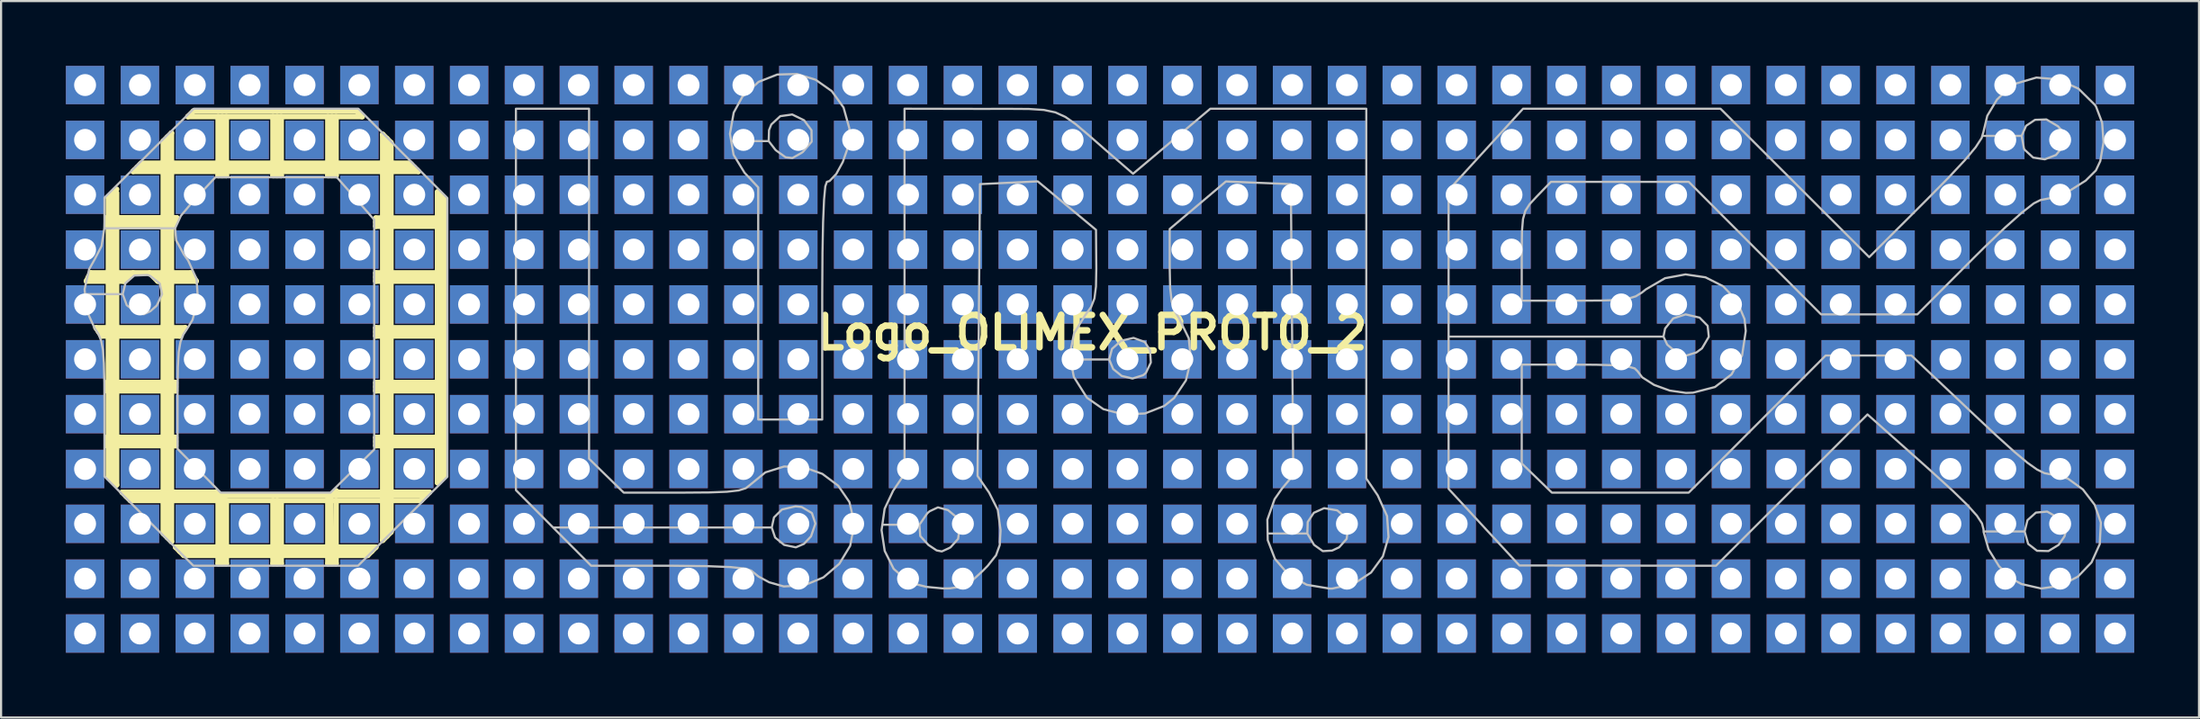
<source format=kicad_pcb>
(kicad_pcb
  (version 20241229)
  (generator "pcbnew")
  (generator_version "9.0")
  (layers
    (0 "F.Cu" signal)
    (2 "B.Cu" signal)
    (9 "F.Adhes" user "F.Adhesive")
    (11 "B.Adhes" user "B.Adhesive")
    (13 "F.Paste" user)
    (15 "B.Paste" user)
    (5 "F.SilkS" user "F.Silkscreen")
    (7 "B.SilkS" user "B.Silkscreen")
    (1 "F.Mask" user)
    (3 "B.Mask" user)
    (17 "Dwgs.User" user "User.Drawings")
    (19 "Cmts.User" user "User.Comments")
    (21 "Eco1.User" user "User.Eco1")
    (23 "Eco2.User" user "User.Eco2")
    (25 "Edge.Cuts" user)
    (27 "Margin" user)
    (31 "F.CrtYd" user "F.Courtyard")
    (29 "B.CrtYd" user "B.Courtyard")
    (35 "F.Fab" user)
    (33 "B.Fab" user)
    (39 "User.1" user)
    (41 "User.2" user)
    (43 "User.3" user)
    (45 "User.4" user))
  (footprint "Logo_OLIMEX_PROTO_2"
    (layer "F.Cu")
    (at 49.149 13.589)
    (property "Reference" "Logo_OLIMEX_PROTO_2" (at -1.643 -1.233 0) (layer "F.SilkS") (effects (font (size 1.5 1.5) (thickness 0.3))))
    (attr board_only exclude_from_pos_files exclude_from_bom allow_missing_courtyard)
    (fp_line (start -48.197 -3.619) (end -48.006 -4) (stroke (width 0.254) (type default)) (layer "F.SilkS"))
    (fp_line (start -48.197 -3.619) (end -46.482 -3.619) (stroke (width 0.254) (type default)) (layer "F.SilkS"))
    (fp_line (start -48.101 -3.81) (end -46.228 -3.81) (stroke (width 0.254) (type default)) (layer "F.SilkS"))
    (fp_line (start -48.006 -4) (end -43.37 -4) (stroke (width 0.254) (type default)) (layer "F.SilkS"))
    (fp_line (start -47.752 -1.46) (end -43.624 -1.46) (stroke (width 0.254) (type default)) (layer "F.SilkS"))
    (fp_line (start -47.625 -1.27) (end -43.752 -1.27) (stroke (width 0.254) (type default)) (layer "F.SilkS"))
    (fp_line (start -47.498 -1.079) (end -47.752 -1.46) (stroke (width 0.254) (type default)) (layer "F.SilkS"))
    (fp_line (start -47.244 -6.553) (end -44.018 -6.553) (stroke (width 0.254) (type default)) (layer "F.SilkS"))
    (fp_line (start -47.244 -6.375) (end -44.094 -6.375) (stroke (width 0.254) (type default)) (layer "F.SilkS"))
    (fp_line (start -47.244 -6.147) (end -47.244 -6.553) (stroke (width 0.254) (type default)) (layer "F.SilkS"))
    (fp_line (start -47.244 -6.147) (end -44.196 -6.147) (stroke (width 0.254) (type default)) (layer "F.SilkS"))
    (fp_line (start -47.244 1.079) (end -46.609 1.079) (stroke (width 0.254) (type default)) (layer "F.SilkS"))
    (fp_line (start -47.244 1.27) (end -44.069 1.27) (stroke (width 0.254) (type default)) (layer "F.SilkS"))
    (fp_line (start -47.244 1.46) (end -47.244 1.079) (stroke (width 0.254) (type default)) (layer "F.SilkS"))
    (fp_line (start -47.244 3.619) (end -46.672 3.619) (stroke (width 0.254) (type default)) (layer "F.SilkS"))
    (fp_line (start -47.244 4) (end -47.244 3.619) (stroke (width 0.254) (type default)) (layer "F.SilkS"))
    (fp_line (start -47.181 -7.493) (end -47.181 5.461) (stroke (width 0.254) (type default)) (layer "F.SilkS"))
    (fp_line (start -47.181 3.619) (end -44.069 3.619) (stroke (width 0.254) (type default)) (layer "F.SilkS"))
    (fp_line (start -47.181 5.461) (end -46.8 5.817) (stroke (width 0.254) (type default)) (layer "F.SilkS"))
    (fp_line (start -46.99 1.079) (end -44.069 1.079) (stroke (width 0.254) (type default)) (layer "F.SilkS"))
    (fp_line (start -46.965 -7.696) (end -46.965 5.639) (stroke (width 0.254) (type default)) (layer "F.SilkS"))
    (fp_line (start -46.8 -7.874) (end -47.181 -7.493) (stroke (width 0.254) (type default)) (layer "F.SilkS"))
    (fp_line (start -46.8 -7.709) (end -46.8 5.817) (stroke (width 0.254) (type default)) (layer "F.SilkS"))
    (fp_line (start -46.545 6.16) (end -42.164 6.16) (stroke (width 0.254) (type default)) (layer "F.SilkS"))
    (fp_line (start -46.482 -3.619) (end -46.419 -3.619) (stroke (width 0.254) (type default)) (layer "F.SilkS"))
    (fp_line (start -46.419 -3.619) (end -46.038 -4) (stroke (width 0.254) (type default)) (layer "F.SilkS"))
    (fp_line (start -46.355 6.35) (end -42.005 6.35) (stroke (width 0.254) (type default)) (layer "F.SilkS"))
    (fp_line (start -46.164 6.54) (end -46.545 6.16) (stroke (width 0.254) (type default)) (layer "F.SilkS"))
    (fp_line (start -46.038 -8.7) (end -45.657 -9.081) (stroke (width 0.254) (type default)) (layer "F.SilkS"))
    (fp_line (start -46.038 -8.7) (end -32.83 -8.7) (stroke (width 0.254) (type default)) (layer "F.SilkS"))
    (fp_line (start -45.974 -8.763) (end -32.893 -8.763) (stroke (width 0.254) (type default)) (layer "F.SilkS"))
    (fp_line (start -45.847 -8.89) (end -33.02 -8.89) (stroke (width 0.254) (type default)) (layer "F.SilkS"))
    (fp_line (start -45.72 -9.017) (end -33.147 -9.017) (stroke (width 0.254) (type default)) (layer "F.SilkS"))
    (fp_line (start -45.657 -9.081) (end -33.211 -9.081) (stroke (width 0.254) (type default)) (layer "F.SilkS"))
    (fp_line (start -45.022 -3.81) (end -43.243 -3.81) (stroke (width 0.254) (type default)) (layer "F.SilkS"))
    (fp_line (start -44.895 -3.619) (end -45.276 -4) (stroke (width 0.254) (type default)) (layer "F.SilkS"))
    (fp_line (start -44.895 -3.619) (end -43.117 -3.619) (stroke (width 0.254) (type default)) (layer "F.SilkS"))
    (fp_line (start -44.641 -10.097) (end -44.641 8.065) (stroke (width 0.254) (type default)) (layer "F.SilkS"))
    (fp_line (start -44.641 -10.097) (end -44.26 -10.477) (stroke (width 0.254) (type default)) (layer "F.SilkS"))
    (fp_line (start -44.45 -10.287) (end -44.45 8.255) (stroke (width 0.254) (type default)) (layer "F.SilkS"))
    (fp_line (start -44.26 -10.477) (end -44.26 8.445) (stroke (width 0.254) (type default)) (layer "F.SilkS"))
    (fp_line (start -44.26 8.445) (end -44.641 8.065) (stroke (width 0.254) (type default)) (layer "F.SilkS"))
    (fp_line (start -44.196 -6.147) (end -44.018 -6.553) (stroke (width 0.254) (type default)) (layer "F.SilkS"))
    (fp_line (start -44.069 1.079) (end -44.069 1.46) (stroke (width 0.254) (type default)) (layer "F.SilkS"))
    (fp_line (start -44.069 1.46) (end -47.244 1.46) (stroke (width 0.254) (type default)) (layer "F.SilkS"))
    (fp_line (start -44.069 3.619) (end -44.069 4) (stroke (width 0.254) (type default)) (layer "F.SilkS"))
    (fp_line (start -44.069 3.81) (end -47.244 3.81) (stroke (width 0.254) (type default)) (layer "F.SilkS"))
    (fp_line (start -44.069 4) (end -47.244 4) (stroke (width 0.254) (type default)) (layer "F.SilkS"))
    (fp_line (start -44.069 8.7) (end -34.798 8.7) (stroke (width 0.254) (type default)) (layer "F.SilkS"))
    (fp_line (start -43.879 -1.079) (end -47.498 -1.079) (stroke (width 0.254) (type default)) (layer "F.SilkS"))
    (fp_line (start -43.879 8.89) (end -34.989 8.89) (stroke (width 0.254) (type default)) (layer "F.SilkS"))
    (fp_line (start -43.688 9.081) (end -44.069 8.7) (stroke (width 0.254) (type default)) (layer "F.SilkS"))
    (fp_line (start -43.624 -1.46) (end -43.879 -1.079) (stroke (width 0.254) (type default)) (layer "F.SilkS"))
    (fp_line (start -43.498 -11.239) (end -43.243 -11.493) (stroke (width 0.254) (type default)) (layer "F.SilkS"))
    (fp_line (start -43.37 -4) (end -43.117 -3.619) (stroke (width 0.254) (type default)) (layer "F.SilkS"))
    (fp_line (start -43.243 -11.493) (end -35.687 -11.493) (stroke (width 0.254) (type default)) (layer "F.SilkS"))
    (fp_line (start -42.164 6.16) (end -41.846 6.54) (stroke (width 0.254) (type default)) (layer "F.SilkS"))
    (fp_line (start -42.1 -11.239) (end -42.1 -8.509) (stroke (width 0.254) (type default)) (layer "F.SilkS"))
    (fp_line (start -42.1 -8.509) (end -41.719 -8.509) (stroke (width 0.254) (type default)) (layer "F.SilkS"))
    (fp_line (start -42.1 6.477) (end -42.1 9.461) (stroke (width 0.254) (type default)) (layer "F.SilkS"))
    (fp_line (start -42.1 9.461) (end -41.719 9.461) (stroke (width 0.254) (type default)) (layer "F.SilkS"))
    (fp_line (start -42.037 6.287) (end -32.512 6.287) (stroke (width 0.254) (type default)) (layer "F.SilkS"))
    (fp_line (start -41.91 -11.239) (end -41.91 -8.509) (stroke (width 0.254) (type default)) (layer "F.SilkS"))
    (fp_line (start -41.91 6.54) (end -41.91 9.461) (stroke (width 0.254) (type default)) (layer "F.SilkS"))
    (fp_line (start -41.783 6.54) (end -46.164 6.54) (stroke (width 0.254) (type default)) (layer "F.SilkS"))
    (fp_line (start -41.719 -8.509) (end -41.719 -11.239) (stroke (width 0.254) (type default)) (layer "F.SilkS"))
    (fp_line (start -41.719 9.461) (end -41.719 6.54) (stroke (width 0.254) (type default)) (layer "F.SilkS"))
    (fp_line (start -39.56 -11.239) (end -39.56 -8.509) (stroke (width 0.254) (type default)) (layer "F.SilkS"))
    (fp_line (start -39.56 -8.509) (end -39.179 -8.509) (stroke (width 0.254) (type default)) (layer "F.SilkS"))
    (fp_line (start -39.56 6.54) (end -39.56 8.7) (stroke (width 0.254) (type default)) (layer "F.SilkS"))
    (fp_line (start -39.56 9.461) (end -39.56 9.144) (stroke (width 0.254) (type default)) (layer "F.SilkS"))
    (fp_line (start -39.37 -11.239) (end -39.37 -8.509) (stroke (width 0.254) (type default)) (layer "F.SilkS"))
    (fp_line (start -39.37 6.54) (end -39.37 9.461) (stroke (width 0.254) (type default)) (layer "F.SilkS"))
    (fp_line (start -39.37 9.461) (end -39.56 9.461) (stroke (width 0.254) (type default)) (layer "F.SilkS"))
    (fp_line (start -39.37 9.461) (end -39.179 9.461) (stroke (width 0.254) (type default)) (layer "F.SilkS"))
    (fp_line (start -39.179 -8.509) (end -39.179 -11.239) (stroke (width 0.254) (type default)) (layer "F.SilkS"))
    (fp_line (start -39.179 6.604) (end -39.179 8.763) (stroke (width 0.254) (type default)) (layer "F.SilkS"))
    (fp_line (start -39.179 9.461) (end -39.179 9.081) (stroke (width 0.254) (type default)) (layer "F.SilkS"))
    (fp_line (start -37.02 -11.239) (end -37.02 -8.509) (stroke (width 0.254) (type default)) (layer "F.SilkS"))
    (fp_line (start -37.02 -8.509) (end -36.639 -8.509) (stroke (width 0.254) (type default)) (layer "F.SilkS"))
    (fp_line (start -37.02 6.477) (end -37.02 9.461) (stroke (width 0.254) (type default)) (layer "F.SilkS"))
    (fp_line (start -37.02 9.461) (end -36.639 9.461) (stroke (width 0.254) (type default)) (layer "F.SilkS"))
    (fp_line (start -36.894 6.35) (end -36.703 6.16) (stroke (width 0.254) (type default)) (layer "F.SilkS"))
    (fp_line (start -36.83 -11.239) (end -36.83 -8.509) (stroke (width 0.254) (type default)) (layer "F.SilkS"))
    (fp_line (start -36.83 9.461) (end -36.894 6.35) (stroke (width 0.254) (type default)) (layer "F.SilkS"))
    (fp_line (start -36.703 6.16) (end -32.385 6.16) (stroke (width 0.254) (type default)) (layer "F.SilkS"))
    (fp_line (start -36.639 -8.509) (end -36.639 -11.239) (stroke (width 0.254) (type default)) (layer "F.SilkS"))
    (fp_line (start -36.639 6.096) (end -36.703 6.16) (stroke (width 0.254) (type default)) (layer "F.SilkS"))
    (fp_line (start -36.639 6.16) (end -36.639 6.096) (stroke (width 0.254) (type default)) (layer "F.SilkS"))
    (fp_line (start -36.639 9.461) (end -36.639 6.54) (stroke (width 0.254) (type default)) (layer "F.SilkS"))
    (fp_line (start -35.687 -11.493) (end -35.433 -11.239) (stroke (width 0.254) (type default)) (layer "F.SilkS"))
    (fp_line (start -35.433 -11.239) (end -43.498 -11.239) (stroke (width 0.254) (type default)) (layer "F.SilkS"))
    (fp_line (start -35.179 9.081) (end -43.688 9.081) (stroke (width 0.254) (type default)) (layer "F.SilkS"))
    (fp_line (start -34.798 -6.54) (end -31.623 -6.54) (stroke (width 0.254) (type default)) (layer "F.SilkS"))
    (fp_line (start -34.798 -6.35) (end -31.623 -6.35) (stroke (width 0.254) (type default)) (layer "F.SilkS"))
    (fp_line (start -34.798 -6.16) (end -34.798 -6.54) (stroke (width 0.254) (type default)) (layer "F.SilkS"))
    (fp_line (start -34.798 -4) (end -31.623 -4) (stroke (width 0.254) (type default)) (layer "F.SilkS"))
    (fp_line (start -34.798 -3.81) (end -31.623 -3.81) (stroke (width 0.254) (type default)) (layer "F.SilkS"))
    (fp_line (start -34.798 -3.619) (end -34.798 -4) (stroke (width 0.254) (type default)) (layer "F.SilkS"))
    (fp_line (start -34.798 -1.46) (end -31.623 -1.46) (stroke (width 0.254) (type default)) (layer "F.SilkS"))
    (fp_line (start -34.798 -1.27) (end -31.623 -1.27) (stroke (width 0.254) (type default)) (layer "F.SilkS"))
    (fp_line (start -34.798 -1.079) (end -34.798 -1.46) (stroke (width 0.254) (type default)) (layer "F.SilkS"))
    (fp_line (start -34.798 1.079) (end -31.623 1.079) (stroke (width 0.254) (type default)) (layer "F.SilkS"))
    (fp_line (start -34.798 1.27) (end -31.623 1.27) (stroke (width 0.254) (type default)) (layer "F.SilkS"))
    (fp_line (start -34.798 1.46) (end -34.798 1.079) (stroke (width 0.254) (type default)) (layer "F.SilkS"))
    (fp_line (start -34.798 3.619) (end -31.623 3.619) (stroke (width 0.254) (type default)) (layer "F.SilkS"))
    (fp_line (start -34.798 3.81) (end -31.623 3.81) (stroke (width 0.254) (type default)) (layer "F.SilkS"))
    (fp_line (start -34.798 4) (end -34.798 3.619) (stroke (width 0.254) (type default)) (layer "F.SilkS"))
    (fp_line (start -34.798 8.7) (end -35.179 9.081) (stroke (width 0.254) (type default)) (layer "F.SilkS"))
    (fp_line (start -34.48 -10.414) (end -34.099 -10.033) (stroke (width 0.254) (type default)) (layer "F.SilkS"))
    (fp_line (start -34.48 8.382) (end -34.48 -10.414) (stroke (width 0.254) (type default)) (layer "F.SilkS"))
    (fp_line (start -34.29 8.191) (end -34.29 -10.223) (stroke (width 0.254) (type default)) (layer "F.SilkS"))
    (fp_line (start -34.099 -10.033) (end -34.099 8.001) (stroke (width 0.254) (type default)) (layer "F.SilkS"))
    (fp_line (start -34.099 8.001) (end -34.48 8.382) (stroke (width 0.254) (type default)) (layer "F.SilkS"))
    (fp_line (start -32.83 -8.7) (end -33.211 -9.081) (stroke (width 0.254) (type default)) (layer "F.SilkS"))
    (fp_line (start -32.703 6.54) (end -41.846 6.54) (stroke (width 0.254) (type default)) (layer "F.SilkS"))
    (fp_line (start -32.512 6.287) (end -32.449 6.287) (stroke (width 0.254) (type default)) (layer "F.SilkS"))
    (fp_line (start -32.449 6.287) (end -32.703 6.54) (stroke (width 0.254) (type default)) (layer "F.SilkS"))
    (fp_line (start -32.385 6.16) (end -32.322 6.16) (stroke (width 0.254) (type default)) (layer "F.SilkS"))
    (fp_line (start -32.322 6.16) (end -32.449 6.287) (stroke (width 0.254) (type default)) (layer "F.SilkS"))
    (fp_line (start -31.941 -7.747) (end -31.941 5.715) (stroke (width 0.254) (type default)) (layer "F.SilkS"))
    (fp_line (start -31.941 5.715) (end -31.623 5.397) (stroke (width 0.254) (type default)) (layer "F.SilkS"))
    (fp_line (start -31.782 -7.588) (end -31.782 5.556) (stroke (width 0.254) (type default)) (layer "F.SilkS"))
    (fp_line (start -31.623 -7.429) (end -31.941 -7.747) (stroke (width 0.254) (type default)) (layer "F.SilkS"))
    (fp_line (start -31.623 -6.54) (end -31.623 -6.16) (stroke (width 0.254) (type default)) (layer "F.SilkS"))
    (fp_line (start -31.623 -6.16) (end -34.798 -6.16) (stroke (width 0.254) (type default)) (layer "F.SilkS"))
    (fp_line (start -31.623 -4) (end -31.623 -3.619) (stroke (width 0.254) (type default)) (layer "F.SilkS"))
    (fp_line (start -31.623 -3.619) (end -34.798 -3.619) (stroke (width 0.254) (type default)) (layer "F.SilkS"))
    (fp_line (start -31.623 -1.46) (end -31.623 -1.079) (stroke (width 0.254) (type default)) (layer "F.SilkS"))
    (fp_line (start -31.623 -1.079) (end -34.798 -1.079) (stroke (width 0.254) (type default)) (layer "F.SilkS"))
    (fp_line (start -31.623 1.079) (end -31.623 1.46) (stroke (width 0.254) (type default)) (layer "F.SilkS"))
    (fp_line (start -31.623 1.46) (end -34.798 1.46) (stroke (width 0.254) (type default)) (layer "F.SilkS"))
    (fp_line (start -31.623 3.619) (end -31.623 4) (stroke (width 0.254) (type default)) (layer "F.SilkS"))
    (fp_line (start -31.623 4) (end -34.798 4) (stroke (width 0.254) (type default)) (layer "F.SilkS"))
    (fp_line (start -31.623 5.397) (end -31.623 -7.429) (stroke (width 0.254) (type default)) (layer "F.SilkS"))
    (fp_poly (pts (xy -14.439 -12.947) (xy -13.692 -12.421) (xy -13.145 -11.662) (xy -12.877 -10.699) (xy -12.863 -10.398) (xy -12.953 -9.785) (xy -13.18 -9.136) (xy -13.482 -8.583) (xy -13.793 -8.256) (xy -13.917 -8.218) (xy -13.99 -8.008) (xy -14.048 -7.386) (xy -14.092 -6.364) (xy -14.12 -4.952) (xy -14.131 -3.161) (xy -14.132 -2.714) (xy -14.132 2.789) (xy -15.613 2.789) (xy -17.095 2.789) (xy -17.095 -2.586) (xy -17.095 -7.961) (xy -17.73 -8.641) (xy -18.237 -9.472) (xy -18.346 -10.104) (xy -16.611 -10.104) (xy -16.296 -9.696) (xy -16.257 -9.664) (xy -15.828 -9.356) (xy -15.514 -9.32) (xy -15.11 -9.547) (xy -15.026 -9.605) (xy -14.622 -10.078) (xy -14.629 -10.606) (xy -14.97 -11.067) (xy -15.521 -11.337) (xy -16.075 -11.259) (xy -16.49 -10.874) (xy -16.595 -10.613) (xy -16.611 -10.104) (xy -18.346 -10.104) (xy -18.404 -10.441) (xy -18.23 -11.426) (xy -17.83 -12.16) (xy -17.081 -12.847) (xy -16.213 -13.188) (xy -15.306 -13.212)) (stroke (width 0.1) (type solid)) (fill no) (layer "Dwgs.User"))
    (fp_poly (pts (xy -24.927 -3.498) (xy -24.927 4.608) (xy -24.124 5.392) (xy -23.321 6.176) (xy -20.552 6.176) (xy -19.37 6.167) (xy -18.542 6.135) (xy -17.999 6.073) (xy -17.672 5.972) (xy -17.507 5.844) (xy -16.764 5.237) (xy -15.896 4.966) (xy -14.989 4.999) (xy -14.126 5.306) (xy -13.393 5.854) (xy -12.874 6.611) (xy -12.654 7.547) (xy -12.652 7.657) (xy -12.838 8.638) (xy -13.341 9.472) (xy -14.077 10.101) (xy -14.962 10.47) (xy -15.912 10.52) (xy -16.593 10.326) (xy -17.087 10.058) (xy -17.39 9.81) (xy -17.4 9.795) (xy -17.68 9.695) (xy -18.381 9.623) (xy -19.498 9.579) (xy -21.03 9.562) (xy -21.187 9.562) (xy -24.83 9.562) (xy -26.572 7.812) (xy -26.591 7.792) (xy -16.469 7.792) (xy -16.313 8.255) (xy -15.895 8.597) (xy -15.354 8.709) (xy -14.98 8.55) (xy -14.651 8.201) (xy -14.449 7.609) (xy -14.61 7.122) (xy -15.08 6.842) (xy -15.367 6.811) (xy -15.997 6.957) (xy -16.365 7.322) (xy -16.469 7.792) (xy -26.591 7.792) (xy -28.313 6.061) (xy -28.313 -2.772) (xy -28.313 -11.604) (xy -26.62 -11.604) (xy -24.927 -11.604)) (stroke (width 0.1) (type solid)) (fill no) (layer "Dwgs.User"))
    (fp_poly (pts (xy -33.548 -9.537) (xy -31.488 -7.469) (xy -31.488 -1.013) (xy -31.488 5.443) (xy -33.556 7.503) (xy -35.623 9.562) (xy -39.434 9.562) (xy -43.244 9.562) (xy -45.304 7.495) (xy -47.363 5.427) (xy -47.363 2.3) (xy -47.368 1.071) (xy -47.388 0.188) (xy -47.433 -0.427) (xy -47.513 -0.851) (xy -47.637 -1.162) (xy -47.814 -1.436) (xy -47.822 -1.447) (xy -48.199 -2.28) (xy -48.262 -3.016) (xy -46.517 -3.016) (xy -46.331 -2.505) (xy -45.873 -2.156) (xy -45.544 -2.086) (xy -45.239 -2.224) (xy -44.943 -2.487) (xy -44.692 -3.016) (xy -44.808 -3.52) (xy -45.25 -3.865) (xy -45.369 -3.902) (xy -45.979 -3.879) (xy -46.392 -3.523) (xy -46.517 -3.016) (xy -48.262 -3.016) (xy -48.282 -3.246) (xy -48.07 -4.175) (xy -47.822 -4.617) (xy -47.497 -5.247) (xy -47.37 -6.062) (xy -47.37 -6.067) (xy -44.093 -6.067) (xy -44.042 -5.507) (xy -43.684 -4.85) (xy -43.491 -4.58) (xy -43.099 -3.721) (xy -43.032 -2.748) (xy -43.29 -1.818) (xy -43.5 -1.471) (xy -43.707 -1.153) (xy -43.844 -0.805) (xy -43.925 -0.333) (xy -43.964 0.355) (xy -43.976 1.35) (xy -43.977 1.662) (xy -43.977 4.15) (xy -42.979 5.163) (xy -41.982 6.176) (xy -39.441 6.176) (xy -36.9 6.176) (xy -35.888 5.178) (xy -34.875 4.181) (xy -34.875 -1.142) (xy -34.875 -6.465) (xy -35.74 -7.447) (xy -36.604 -8.429) (xy -39.415 -8.429) (xy -42.225 -8.429) (xy -43.227 -7.359) (xy -43.825 -6.646) (xy -44.093 -6.067) (xy -47.37 -6.067) (xy -47.363 -6.361) (xy -47.363 -7.485) (xy -45.296 -9.545) (xy -43.228 -11.604) (xy -39.418 -11.604) (xy -35.608 -11.604)) (stroke (width 0.1) (type solid)) (fill no) (layer "Dwgs.User"))
    (fp_poly (pts (xy 11.057 -3.041) (xy 11.057 5.522) (xy 11.586 6.302) (xy 12.019 7.261) (xy 12.086 8.229) (xy 11.825 9.127) (xy 11.277 9.877) (xy 10.482 10.4) (xy 9.48 10.619) (xy 9.366 10.621) (xy 8.3 10.443) (xy 7.442 9.959) (xy 6.828 9.245) (xy 6.494 8.377) (xy 6.488 8.068) (xy 8.327 8.068) (xy 8.638 8.595) (xy 9.044 8.885) (xy 9.475 8.859) (xy 9.8 8.708) (xy 10.146 8.319) (xy 10.221 7.783) (xy 10.035 7.272) (xy 9.708 6.996) (xy 9.104 6.895) (xy 8.626 7.11) (xy 8.344 7.536) (xy 8.327 8.068) (xy 6.488 8.068) (xy 6.476 7.429) (xy 6.811 6.478) (xy 7.152 5.989) (xy 7.676 5.367) (xy 7.62 -1.373) (xy 7.564 -8.112) (xy 6.061 -8.173) (xy 4.557 -8.235) (xy 3.256 -7.135) (xy 1.955 -6.034) (xy 1.955 -4.26) (xy 1.975 -3.309) (xy 2.048 -2.665) (xy 2.196 -2.212) (xy 2.384 -1.905) (xy 2.836 -0.978) (xy 2.938 0.018) (xy 2.707 0.977) (xy 2.161 1.793) (xy 1.703 2.161) (xy 0.806 2.51) (xy -0.18 2.554) (xy -1.116 2.31) (xy -1.861 1.792) (xy -1.886 1.765) (xy -2.483 0.817) (xy -2.639 0.009) (xy -0.847 0.009) (xy -0.662 0.452) (xy -0.266 0.771) (xy 0.232 0.891) (xy 0.727 0.737) (xy 0.854 0.63) (xy 1.082 0.148) (xy 1.044 -0.418) (xy 0.802 -0.8) (xy 0.281 -0.99) (xy -0.292 -0.859) (xy -0.717 -0.482) (xy -0.847 0.009) (xy -2.639 0.009) (xy -2.678 -0.196) (xy -2.47 -1.21) (xy -1.952 -2.051) (xy -1.684 -2.42) (xy -1.529 -2.817) (xy -1.458 -3.368) (xy -1.443 -4.2) (xy -1.444 -4.332) (xy -1.457 -5.995) (xy -2.805 -7.117) (xy -4.153 -8.239) (xy -5.491 -8.175) (xy -6.829 -8.112) (xy -6.885 -1.354) (xy -6.941 5.403) (xy -6.409 6.171) (xy -6.004 6.973) (xy -5.877 7.899) (xy -5.877 7.958) (xy -5.915 8.606) (xy -6.085 9.079) (xy -6.468 9.562) (xy -6.699 9.799) (xy -7.232 10.288) (xy -7.68 10.531) (xy -8.226 10.609) (xy -8.551 10.612) (xy -9.3 10.541) (xy -9.969 10.373) (xy -10.16 10.289) (xy -10.825 9.705) (xy -11.239 8.877) (xy -11.385 7.912) (xy -11.349 7.662) (xy -9.634 7.662) (xy -9.593 8.186) (xy -9.216 8.598) (xy -8.835 8.852) (xy -8.595 8.898) (xy -8.283 8.757) (xy -8.191 8.708) (xy -7.842 8.318) (xy -7.77 7.783) (xy -7.964 7.271) (xy -8.31 6.984) (xy -8.775 6.858) (xy -9.159 7.038) (xy -9.263 7.127) (xy -9.634 7.662) (xy -11.349 7.662) (xy -11.243 6.922) (xy -10.851 6.09) (xy -10.322 5.31) (xy -10.322 -3.147) (xy -10.322 -11.604) (xy -6.776 -11.597) (xy -5.502 -11.599) (xy -4.563 -11.593) (xy -3.871 -11.548) (xy -3.337 -11.435) (xy -2.874 -11.224) (xy -2.394 -10.886) (xy -1.808 -10.39) (xy -1.029 -9.707) (xy -0.931 -9.622) (xy 0.258 -8.593) (xy 2.046 -10.098) (xy 3.835 -11.604) (xy 7.446 -11.604) (xy 11.057 -11.604)) (stroke (width 0.1) (type solid)) (fill no) (layer "Dwgs.User"))
    (fp_poly (pts (xy 43.093 -12.962) (xy 44.028 -12.533) (xy 44.783 -11.789) (xy 44.841 -11.704) (xy 45.124 -10.958) (xy 45.189 -10.049) (xy 45.038 -9.178) (xy 44.836 -8.746) (xy 44.36 -8.272) (xy 43.646 -7.822) (xy 42.873 -7.492) (xy 42.274 -7.376) (xy 41.962 -7.222) (xy 41.4 -6.785) (xy 40.625 -6.096) (xy 39.672 -5.185) (xy 39.208 -4.725) (xy 36.569 -2.079) (xy 34.34 -2.079) (xy 32.112 -2.079) (xy 29.048 -5.148) (xy 25.985 -8.218) (xy 22.795 -8.218) (xy 19.606 -8.218) (xy 18.93 -7.52) (xy 18.618 -7.182) (xy 18.421 -6.876) (xy 18.312 -6.497) (xy 18.265 -5.938) (xy 18.253 -5.094) (xy 18.253 -4.768) (xy 18.253 -2.714) (xy 20.816 -2.714) (xy 21.907 -2.72) (xy 22.664 -2.745) (xy 23.175 -2.806) (xy 23.529 -2.915) (xy 23.815 -3.089) (xy 23.997 -3.235) (xy 24.888 -3.755) (xy 25.836 -3.931) (xy 26.759 -3.796) (xy 27.576 -3.383) (xy 28.206 -2.726) (xy 28.569 -1.86) (xy 28.625 -1.312) (xy 28.455 -0.181) (xy 27.968 0.697) (xy 27.199 1.284) (xy 26.182 1.547) (xy 25.852 1.557) (xy 25.104 1.449) (xy 24.382 1.187) (xy 23.831 0.836) (xy 23.617 0.555) (xy 23.483 0.422) (xy 23.16 0.332) (xy 22.584 0.278) (xy 21.692 0.253) (xy 20.876 0.249) (xy 18.253 0.249) (xy 18.253 2.536) (xy 18.253 4.823) (xy 18.951 5.499) (xy 19.649 6.176) (xy 22.817 6.176) (xy 25.984 6.176) (xy 29.154 3.001) (xy 32.324 -0.174) (xy 34.31 -0.174) (xy 36.296 -0.174) (xy 39.208 2.577) (xy 40.262 3.564) (xy 41.065 4.289) (xy 41.665 4.791) (xy 42.111 5.106) (xy 42.453 5.273) (xy 42.738 5.328) (xy 42.784 5.329) (xy 43.532 5.521) (xy 44.233 6.027) (xy 44.78 6.741) (xy 45.064 7.557) (xy 45.065 7.57) (xy 45.014 8.557) (xy 44.634 9.405) (xy 44.003 10.065) (xy 43.199 10.485) (xy 42.301 10.616) (xy 41.386 10.407) (xy 41.007 10.2) (xy 40.356 9.592) (xy 39.865 8.801) (xy 39.637 7.997) (xy 39.636 7.975) (xy 41.537 7.975) (xy 41.7 8.55) (xy 42.109 8.868) (xy 42.637 8.882) (xy 43.109 8.595) (xy 43.379 8.205) (xy 43.442 7.975) (xy 43.303 7.603) (xy 43.109 7.355) (xy 42.579 7.053) (xy 42.058 7.101) (xy 41.669 7.45) (xy 41.537 7.975) (xy 39.636 7.975) (xy 39.632 7.87) (xy 39.562 7.601) (xy 39.326 7.242) (xy 38.887 6.752) (xy 38.207 6.09) (xy 37.245 5.213) (xy 36.946 4.945) (xy 34.261 2.555) (xy 30.753 6.059) (xy 27.245 9.562) (xy 22.696 9.555) (xy 18.147 9.549) (xy 16.507 7.775) (xy 14.867 6.001) (xy 14.867 -0.916) (xy 14.867 -1.05) (xy 24.815 -1.05) (xy 24.989 -0.677) (xy 25.392 -0.336) (xy 25.846 -0.175) (xy 25.873 -0.174) (xy 26.339 -0.317) (xy 26.599 -0.507) (xy 26.914 -1.042) (xy 26.861 -1.55) (xy 26.488 -1.929) (xy 25.844 -2.079) (xy 25.838 -2.079) (xy 25.265 -1.893) (xy 24.89 -1.423) (xy 24.815 -1.05) (xy 14.867 -1.05) (xy 14.867 -7.834) (xy 16.59 -9.719) (xy 18.313 -11.604) (xy 22.884 -11.604) (xy 27.456 -11.604) (xy 30.898 -8.168) (xy 34.339 -4.731) (xy 36.985 -7.371) (xy 38.02 -8.419) (xy 38.77 -9.223) (xy 39.268 -9.819) (xy 39.545 -10.246) (xy 39.575 -10.347) (xy 41.398 -10.347) (xy 41.504 -9.764) (xy 41.532 -9.707) (xy 41.931 -9.341) (xy 42.469 -9.261) (xy 42.984 -9.459) (xy 43.273 -9.814) (xy 43.402 -10.258) (xy 43.246 -10.61) (xy 43.076 -10.794) (xy 42.543 -11.108) (xy 42.019 -11.09) (xy 41.603 -10.813) (xy 41.398 -10.347) (xy 39.575 -10.347) (xy 39.632 -10.539) (xy 39.632 -10.543) (xy 39.807 -11.279) (xy 40.257 -12.028) (xy 40.872 -12.623) (xy 41.093 -12.758) (xy 42.08 -13.047)) (stroke (width 0.1) (type solid)) (fill no) (layer "Dwgs.User"))
    (pad "1" thru_hole rect (at -48.26 -12.7) (size 1.778 1.778) (drill 1.016) (layers "*.Cu" "*.Mask"))
    (pad "1" thru_hole rect (at -48.26 -10.16) (size 1.778 1.778) (drill 1.016) (layers "*.Cu" "*.Mask"))
    (pad "1" thru_hole rect (at -48.26 -7.62) (size 1.778 1.778) (drill 1.016) (layers "*.Cu" "*.Mask"))
    (pad "1" thru_hole rect (at -48.26 -5.08) (size 1.778 1.778) (drill 1.016) (layers "*.Cu" "*.Mask"))
    (pad "1" thru_hole rect (at -48.26 -2.54) (size 1.778 1.778) (drill 1.016) (layers "*.Cu" "*.Mask"))
    (pad "1" thru_hole rect (at -48.26 0) (size 1.778 1.778) (drill 1.016) (layers "*.Cu" "*.Mask"))
    (pad "1" thru_hole rect (at -48.26 2.54) (size 1.778 1.778) (drill 1.016) (layers "*.Cu" "*.Mask"))
    (pad "1" thru_hole rect (at -48.26 5.08) (size 1.778 1.778) (drill 1.016) (layers "*.Cu" "*.Mask"))
    (pad "1" thru_hole rect (at -48.26 7.62) (size 1.778 1.778) (drill 1.016) (layers "*.Cu" "*.Mask"))
    (pad "1" thru_hole rect (at -48.26 10.16) (size 1.778 1.778) (drill 1.016) (layers "*.Cu" "*.Mask"))
    (pad "1" thru_hole rect (at -48.26 12.7) (size 1.778 1.778) (drill 1.016) (layers "*.Cu" "*.Mask"))
    (pad "1" thru_hole rect (at -45.72 -12.7) (size 1.778 1.778) (drill 1.016) (layers "*.Cu" "*.Mask"))
    (pad "1" thru_hole rect (at -45.72 -10.16) (size 1.778 1.778) (drill 1.016) (layers "*.Cu" "*.Mask"))
    (pad "1" thru_hole rect (at -45.72 -7.62) (size 1.778 1.778) (drill 1.016) (layers "*.Cu" "*.Mask"))
    (pad "1" thru_hole rect (at -45.72 -5.08) (size 1.778 1.778) (drill 1.016) (layers "*.Cu" "*.Mask"))
    (pad "1" thru_hole rect (at -45.72 -2.54) (size 1.778 1.778) (drill 1.016) (layers "*.Cu" "*.Mask"))
    (pad "1" thru_hole rect (at -45.72 0) (size 1.778 1.778) (drill 1.016) (layers "*.Cu" "*.Mask"))
    (pad "1" thru_hole rect (at -45.72 2.54) (size 1.778 1.778) (drill 1.016) (layers "*.Cu" "*.Mask"))
    (pad "1" thru_hole rect (at -45.72 5.08) (size 1.778 1.778) (drill 1.016) (layers "*.Cu" "*.Mask"))
    (pad "1" thru_hole rect (at -45.72 7.62) (size 1.778 1.778) (drill 1.016) (layers "*.Cu" "*.Mask"))
    (pad "1" thru_hole rect (at -45.72 10.16) (size 1.778 1.778) (drill 1.016) (layers "*.Cu" "*.Mask"))
    (pad "1" thru_hole rect (at -45.72 12.7) (size 1.778 1.778) (drill 1.016) (layers "*.Cu" "*.Mask"))
    (pad "1" thru_hole rect (at -43.18 -12.7) (size 1.778 1.778) (drill 1.016) (layers "*.Cu" "*.Mask"))
    (pad "1" thru_hole rect (at -43.18 -10.16) (size 1.778 1.778) (drill 1.016) (layers "*.Cu" "*.Mask"))
    (pad "1" thru_hole rect (at -43.18 -7.62) (size 1.778 1.778) (drill 1.016) (layers "*.Cu" "*.Mask"))
    (pad "1" thru_hole rect (at -43.18 -5.08) (size 1.778 1.778) (drill 1.016) (layers "*.Cu" "*.Mask"))
    (pad "1" thru_hole rect (at -43.18 -2.54) (size 1.778 1.778) (drill 1.016) (layers "*.Cu" "*.Mask"))
    (pad "1" thru_hole rect (at -43.18 0) (size 1.778 1.778) (drill 1.016) (layers "*.Cu" "*.Mask"))
    (pad "1" thru_hole rect (at -43.18 2.54) (size 1.778 1.778) (drill 1.016) (layers "*.Cu" "*.Mask"))
    (pad "1" thru_hole rect (at -43.18 5.08) (size 1.778 1.778) (drill 1.016) (layers "*.Cu" "*.Mask"))
    (pad "1" thru_hole rect (at -43.18 7.62) (size 1.778 1.778) (drill 1.016) (layers "*.Cu" "*.Mask"))
    (pad "1" thru_hole rect (at -43.18 10.16) (size 1.778 1.778) (drill 1.016) (layers "*.Cu" "*.Mask"))
    (pad "1" thru_hole rect (at -43.18 12.7) (size 1.778 1.778) (drill 1.016) (layers "*.Cu" "*.Mask"))
    (pad "1" thru_hole rect (at -40.64 -12.7) (size 1.778 1.778) (drill 1.016) (layers "*.Cu" "*.Mask"))
    (pad "1" thru_hole rect (at -40.64 -10.16) (size 1.778 1.778) (drill 1.016) (layers "*.Cu" "*.Mask"))
    (pad "1" thru_hole rect (at -40.64 -7.62) (size 1.778 1.778) (drill 1.016) (layers "*.Cu" "*.Mask"))
    (pad "1" thru_hole rect (at -40.64 -5.08) (size 1.778 1.778) (drill 1.016) (layers "*.Cu" "*.Mask"))
    (pad "1" thru_hole rect (at -40.64 -2.54) (size 1.778 1.778) (drill 1.016) (layers "*.Cu" "*.Mask"))
    (pad "1" thru_hole rect (at -40.64 0) (size 1.778 1.778) (drill 1.016) (layers "*.Cu" "*.Mask"))
    (pad "1" thru_hole rect (at -40.64 2.54) (size 1.778 1.778) (drill 1.016) (layers "*.Cu" "*.Mask"))
    (pad "1" thru_hole rect (at -40.64 5.08) (size 1.778 1.778) (drill 1.016) (layers "*.Cu" "*.Mask"))
    (pad "1" thru_hole rect (at -40.64 7.62) (size 1.778 1.778) (drill 1.016) (layers "*.Cu" "*.Mask"))
    (pad "1" thru_hole rect (at -40.64 10.16) (size 1.778 1.778) (drill 1.016) (layers "*.Cu" "*.Mask"))
    (pad "1" thru_hole rect (at -40.64 12.7) (size 1.778 1.778) (drill 1.016) (layers "*.Cu" "*.Mask"))
    (pad "1" thru_hole rect (at -38.1 -12.7) (size 1.778 1.778) (drill 1.016) (layers "*.Cu" "*.Mask"))
    (pad "1" thru_hole rect (at -38.1 -10.16) (size 1.778 1.778) (drill 1.016) (layers "*.Cu" "*.Mask"))
    (pad "1" thru_hole rect (at -38.1 -7.62) (size 1.778 1.778) (drill 1.016) (layers "*.Cu" "*.Mask"))
    (pad "1" thru_hole rect (at -38.1 -5.08) (size 1.778 1.778) (drill 1.016) (layers "*.Cu" "*.Mask"))
    (pad "1" thru_hole rect (at -38.1 -2.54) (size 1.778 1.778) (drill 1.016) (layers "*.Cu" "*.Mask"))
    (pad "1" thru_hole rect (at -38.1 0) (size 1.778 1.778) (drill 1.016) (layers "*.Cu" "*.Mask"))
    (pad "1" thru_hole rect (at -38.1 2.54) (size 1.778 1.778) (drill 1.016) (layers "*.Cu" "*.Mask"))
    (pad "1" thru_hole rect (at -38.1 5.08) (size 1.778 1.778) (drill 1.016) (layers "*.Cu" "*.Mask"))
    (pad "1" thru_hole rect (at -38.1 7.62) (size 1.778 1.778) (drill 1.016) (layers "*.Cu" "*.Mask"))
    (pad "1" thru_hole rect (at -38.1 10.16) (size 1.778 1.778) (drill 1.016) (layers "*.Cu" "*.Mask"))
    (pad "1" thru_hole rect (at -38.1 12.7) (size 1.778 1.778) (drill 1.016) (layers "*.Cu" "*.Mask"))
    (pad "1" thru_hole rect (at -35.56 -12.7) (size 1.778 1.778) (drill 1.016) (layers "*.Cu" "*.Mask"))
    (pad "1" thru_hole rect (at -35.56 -10.16) (size 1.778 1.778) (drill 1.016) (layers "*.Cu" "*.Mask"))
    (pad "1" thru_hole rect (at -35.56 -7.62) (size 1.778 1.778) (drill 1.016) (layers "*.Cu" "*.Mask"))
    (pad "1" thru_hole rect (at -35.56 -5.08) (size 1.778 1.778) (drill 1.016) (layers "*.Cu" "*.Mask"))
    (pad "1" thru_hole rect (at -35.56 -2.54) (size 1.778 1.778) (drill 1.016) (layers "*.Cu" "*.Mask"))
    (pad "1" thru_hole rect (at -35.56 0) (size 1.778 1.778) (drill 1.016) (layers "*.Cu" "*.Mask"))
    (pad "1" thru_hole rect (at -35.56 2.54) (size 1.778 1.778) (drill 1.016) (layers "*.Cu" "*.Mask"))
    (pad "1" thru_hole rect (at -35.56 5.08) (size 1.778 1.778) (drill 1.016) (layers "*.Cu" "*.Mask"))
    (pad "1" thru_hole rect (at -35.56 7.62) (size 1.778 1.778) (drill 1.016) (layers "*.Cu" "*.Mask"))
    (pad "1" thru_hole rect (at -35.56 10.16) (size 1.778 1.778) (drill 1.016) (layers "*.Cu" "*.Mask"))
    (pad "1" thru_hole rect (at -35.56 12.7) (size 1.778 1.778) (drill 1.016) (layers "*.Cu" "*.Mask"))
    (pad "1" thru_hole rect (at -33.02 -12.7) (size 1.778 1.778) (drill 1.016) (layers "*.Cu" "*.Mask"))
    (pad "1" thru_hole rect (at -33.02 -10.16) (size 1.778 1.778) (drill 1.016) (layers "*.Cu" "*.Mask"))
    (pad "1" thru_hole rect (at -33.02 -7.62) (size 1.778 1.778) (drill 1.016) (layers "*.Cu" "*.Mask"))
    (pad "1" thru_hole rect (at -33.02 -5.08) (size 1.778 1.778) (drill 1.016) (layers "*.Cu" "*.Mask"))
    (pad "1" thru_hole rect (at -33.02 -2.54) (size 1.778 1.778) (drill 1.016) (layers "*.Cu" "*.Mask"))
    (pad "1" thru_hole rect (at -33.02 0) (size 1.778 1.778) (drill 1.016) (layers "*.Cu" "*.Mask"))
    (pad "1" thru_hole rect (at -33.02 2.54) (size 1.778 1.778) (drill 1.016) (layers "*.Cu" "*.Mask"))
    (pad "1" thru_hole rect (at -33.02 5.08) (size 1.778 1.778) (drill 1.016) (layers "*.Cu" "*.Mask"))
    (pad "1" thru_hole rect (at -33.02 7.62) (size 1.778 1.778) (drill 1.016) (layers "*.Cu" "*.Mask"))
    (pad "1" thru_hole rect (at -33.02 10.16) (size 1.778 1.778) (drill 1.016) (layers "*.Cu" "*.Mask"))
    (pad "1" thru_hole rect (at -33.02 12.7) (size 1.778 1.778) (drill 1.016) (layers "*.Cu" "*.Mask"))
    (pad "1" thru_hole rect (at -30.48 -12.7) (size 1.778 1.778) (drill 1.016) (layers "*.Cu" "*.Mask"))
    (pad "1" thru_hole rect (at -30.48 -10.16) (size 1.778 1.778) (drill 1.016) (layers "*.Cu" "*.Mask"))
    (pad "1" thru_hole rect (at -30.48 -7.62) (size 1.778 1.778) (drill 1.016) (layers "*.Cu" "*.Mask"))
    (pad "1" thru_hole rect (at -30.48 -5.08) (size 1.778 1.778) (drill 1.016) (layers "*.Cu" "*.Mask"))
    (pad "1" thru_hole rect (at -30.48 -2.54) (size 1.778 1.778) (drill 1.016) (layers "*.Cu" "*.Mask"))
    (pad "1" thru_hole rect (at -30.48 0) (size 1.778 1.778) (drill 1.016) (layers "*.Cu" "*.Mask"))
    (pad "1" thru_hole rect (at -30.48 2.54) (size 1.778 1.778) (drill 1.016) (layers "*.Cu" "*.Mask"))
    (pad "1" thru_hole rect (at -30.48 5.08) (size 1.778 1.778) (drill 1.016) (layers "*.Cu" "*.Mask"))
    (pad "1" thru_hole rect (at -30.48 7.62) (size 1.778 1.778) (drill 1.016) (layers "*.Cu" "*.Mask"))
    (pad "1" thru_hole rect (at -30.48 10.16) (size 1.778 1.778) (drill 1.016) (layers "*.Cu" "*.Mask"))
    (pad "1" thru_hole rect (at -30.48 12.7) (size 1.778 1.778) (drill 1.016) (layers "*.Cu" "*.Mask"))
    (pad "1" thru_hole rect (at -27.94 -12.7) (size 1.778 1.778) (drill 1.016) (layers "*.Cu" "*.Mask"))
    (pad "1" thru_hole rect (at -27.94 -10.16) (size 1.778 1.778) (drill 1.016) (layers "*.Cu" "*.Mask"))
    (pad "1" thru_hole rect (at -27.94 -7.62) (size 1.778 1.778) (drill 1.016) (layers "*.Cu" "*.Mask"))
    (pad "1" thru_hole rect (at -27.94 -5.08) (size 1.778 1.778) (drill 1.016) (layers "*.Cu" "*.Mask"))
    (pad "1" thru_hole rect (at -27.94 -2.54) (size 1.778 1.778) (drill 1.016) (layers "*.Cu" "*.Mask"))
    (pad "1" thru_hole rect (at -27.94 0) (size 1.778 1.778) (drill 1.016) (layers "*.Cu" "*.Mask"))
    (pad "1" thru_hole rect (at -27.94 2.54) (size 1.778 1.778) (drill 1.016) (layers "*.Cu" "*.Mask"))
    (pad "1" thru_hole rect (at -27.94 5.08) (size 1.778 1.778) (drill 1.016) (layers "*.Cu" "*.Mask"))
    (pad "1" thru_hole rect (at -27.94 7.62) (size 1.778 1.778) (drill 1.016) (layers "*.Cu" "*.Mask"))
    (pad "1" thru_hole rect (at -27.94 10.16) (size 1.778 1.778) (drill 1.016) (layers "*.Cu" "*.Mask"))
    (pad "1" thru_hole rect (at -27.94 12.7) (size 1.778 1.778) (drill 1.016) (layers "*.Cu" "*.Mask"))
    (pad "1" thru_hole rect (at -25.4 -12.7) (size 1.778 1.778) (drill 1.016) (layers "*.Cu" "*.Mask"))
    (pad "1" thru_hole rect (at -25.4 -10.16) (size 1.778 1.778) (drill 1.016) (layers "*.Cu" "*.Mask"))
    (pad "1" thru_hole rect (at -25.4 -7.62) (size 1.778 1.778) (drill 1.016) (layers "*.Cu" "*.Mask"))
    (pad "1" thru_hole rect (at -25.4 -5.08) (size 1.778 1.778) (drill 1.016) (layers "*.Cu" "*.Mask"))
    (pad "1" thru_hole rect (at -25.4 -2.54) (size 1.778 1.778) (drill 1.016) (layers "*.Cu" "*.Mask"))
    (pad "1" thru_hole rect (at -25.4 0) (size 1.778 1.778) (drill 1.016) (layers "*.Cu" "*.Mask"))
    (pad "1" thru_hole rect (at -25.4 2.54) (size 1.778 1.778) (drill 1.016) (layers "*.Cu" "*.Mask"))
    (pad "1" thru_hole rect (at -25.4 5.08) (size 1.778 1.778) (drill 1.016) (layers "*.Cu" "*.Mask"))
    (pad "1" thru_hole rect (at -25.4 7.62) (size 1.778 1.778) (drill 1.016) (layers "*.Cu" "*.Mask"))
    (pad "1" thru_hole rect (at -25.4 10.16) (size 1.778 1.778) (drill 1.016) (layers "*.Cu" "*.Mask"))
    (pad "1" thru_hole rect (at -25.4 12.7) (size 1.778 1.778) (drill 1.016) (layers "*.Cu" "*.Mask"))
    (pad "1" thru_hole rect (at -22.86 -12.7) (size 1.778 1.778) (drill 1.016) (layers "*.Cu" "*.Mask"))
    (pad "1" thru_hole rect (at -22.86 -10.16) (size 1.778 1.778) (drill 1.016) (layers "*.Cu" "*.Mask"))
    (pad "1" thru_hole rect (at -22.86 -7.62) (size 1.778 1.778) (drill 1.016) (layers "*.Cu" "*.Mask"))
    (pad "1" thru_hole rect (at -22.86 -5.08) (size 1.778 1.778) (drill 1.016) (layers "*.Cu" "*.Mask"))
    (pad "1" thru_hole rect (at -22.86 -2.54) (size 1.778 1.778) (drill 1.016) (layers "*.Cu" "*.Mask"))
    (pad "1" thru_hole rect (at -22.86 0) (size 1.778 1.778) (drill 1.016) (layers "*.Cu" "*.Mask"))
    (pad "1" thru_hole rect (at -22.86 2.54) (size 1.778 1.778) (drill 1.016) (layers "*.Cu" "*.Mask"))
    (pad "1" thru_hole rect (at -22.86 5.08) (size 1.778 1.778) (drill 1.016) (layers "*.Cu" "*.Mask"))
    (pad "1" thru_hole rect (at -22.86 7.62) (size 1.778 1.778) (drill 1.016) (layers "*.Cu" "*.Mask"))
    (pad "1" thru_hole rect (at -22.86 10.16) (size 1.778 1.778) (drill 1.016) (layers "*.Cu" "*.Mask"))
    (pad "1" thru_hole rect (at -22.86 12.7) (size 1.778 1.778) (drill 1.016) (layers "*.Cu" "*.Mask"))
    (pad "1" thru_hole rect (at -20.32 -12.7) (size 1.778 1.778) (drill 1.016) (layers "*.Cu" "*.Mask"))
    (pad "1" thru_hole rect (at -20.32 -10.16) (size 1.778 1.778) (drill 1.016) (layers "*.Cu" "*.Mask"))
    (pad "1" thru_hole rect (at -20.32 -7.62) (size 1.778 1.778) (drill 1.016) (layers "*.Cu" "*.Mask"))
    (pad "1" thru_hole rect (at -20.32 -5.08) (size 1.778 1.778) (drill 1.016) (layers "*.Cu" "*.Mask"))
    (pad "1" thru_hole rect (at -20.32 -2.54) (size 1.778 1.778) (drill 1.016) (layers "*.Cu" "*.Mask"))
    (pad "1" thru_hole rect (at -20.32 0) (size 1.778 1.778) (drill 1.016) (layers "*.Cu" "*.Mask"))
    (pad "1" thru_hole rect (at -20.32 2.54) (size 1.778 1.778) (drill 1.016) (layers "*.Cu" "*.Mask"))
    (pad "1" thru_hole rect (at -20.32 5.08) (size 1.778 1.778) (drill 1.016) (layers "*.Cu" "*.Mask"))
    (pad "1" thru_hole rect (at -20.32 7.62) (size 1.778 1.778) (drill 1.016) (layers "*.Cu" "*.Mask"))
    (pad "1" thru_hole rect (at -20.32 10.16) (size 1.778 1.778) (drill 1.016) (layers "*.Cu" "*.Mask"))
    (pad "1" thru_hole rect (at -20.32 12.7) (size 1.778 1.778) (drill 1.016) (layers "*.Cu" "*.Mask"))
    (pad "1" thru_hole rect (at -17.78 -12.7) (size 1.778 1.778) (drill 1.016) (layers "*.Cu" "*.Mask"))
    (pad "1" thru_hole rect (at -17.78 -10.16) (size 1.778 1.778) (drill 1.016) (layers "*.Cu" "*.Mask"))
    (pad "1" thru_hole rect (at -17.78 -7.62) (size 1.778 1.778) (drill 1.016) (layers "*.Cu" "*.Mask"))
    (pad "1" thru_hole rect (at -17.78 -5.08) (size 1.778 1.778) (drill 1.016) (layers "*.Cu" "*.Mask"))
    (pad "1" thru_hole rect (at -17.78 -2.54) (size 1.778 1.778) (drill 1.016) (layers "*.Cu" "*.Mask"))
    (pad "1" thru_hole rect (at -17.78 0) (size 1.778 1.778) (drill 1.016) (layers "*.Cu" "*.Mask"))
    (pad "1" thru_hole rect (at -17.78 2.54) (size 1.778 1.778) (drill 1.016) (layers "*.Cu" "*.Mask"))
    (pad "1" thru_hole rect (at -17.78 5.08) (size 1.778 1.778) (drill 1.016) (layers "*.Cu" "*.Mask"))
    (pad "1" thru_hole rect (at -17.78 7.62) (size 1.778 1.778) (drill 1.016) (layers "*.Cu" "*.Mask"))
    (pad "1" thru_hole rect (at -17.78 10.16) (size 1.778 1.778) (drill 1.016) (layers "*.Cu" "*.Mask"))
    (pad "1" thru_hole rect (at -17.78 12.7) (size 1.778 1.778) (drill 1.016) (layers "*.Cu" "*.Mask"))
    (pad "1" thru_hole rect (at -15.24 -12.7) (size 1.778 1.778) (drill 1.016) (layers "*.Cu" "*.Mask"))
    (pad "1" thru_hole rect (at -15.24 -10.16) (size 1.778 1.778) (drill 1.016) (layers "*.Cu" "*.Mask"))
    (pad "1" thru_hole rect (at -15.24 -7.62) (size 1.778 1.778) (drill 1.016) (layers "*.Cu" "*.Mask"))
    (pad "1" thru_hole rect (at -15.24 -5.08) (size 1.778 1.778) (drill 1.016) (layers "*.Cu" "*.Mask"))
    (pad "1" thru_hole rect (at -15.24 -2.54) (size 1.778 1.778) (drill 1.016) (layers "*.Cu" "*.Mask"))
    (pad "1" thru_hole rect (at -15.24 0) (size 1.778 1.778) (drill 1.016) (layers "*.Cu" "*.Mask"))
    (pad "1" thru_hole rect (at -15.24 2.54) (size 1.778 1.778) (drill 1.016) (layers "*.Cu" "*.Mask"))
    (pad "1" thru_hole rect (at -15.24 5.08) (size 1.778 1.778) (drill 1.016) (layers "*.Cu" "*.Mask"))
    (pad "1" thru_hole rect (at -15.24 7.62) (size 1.778 1.778) (drill 1.016) (layers "*.Cu" "*.Mask"))
    (pad "1" thru_hole rect (at -15.24 10.16) (size 1.778 1.778) (drill 1.016) (layers "*.Cu" "*.Mask"))
    (pad "1" thru_hole rect (at -15.24 12.7) (size 1.778 1.778) (drill 1.016) (layers "*.Cu" "*.Mask"))
    (pad "1" thru_hole rect (at -12.7 -12.7) (size 1.778 1.778) (drill 1.016) (layers "*.Cu" "*.Mask"))
    (pad "1" thru_hole rect (at -12.7 -10.16) (size 1.778 1.778) (drill 1.016) (layers "*.Cu" "*.Mask"))
    (pad "1" thru_hole rect (at -12.7 -7.62) (size 1.778 1.778) (drill 1.016) (layers "*.Cu" "*.Mask"))
    (pad "1" thru_hole rect (at -12.7 -5.08) (size 1.778 1.778) (drill 1.016) (layers "*.Cu" "*.Mask"))
    (pad "1" thru_hole rect (at -12.7 -2.54) (size 1.778 1.778) (drill 1.016) (layers "*.Cu" "*.Mask"))
    (pad "1" thru_hole rect (at -12.7 0) (size 1.778 1.778) (drill 1.016) (layers "*.Cu" "*.Mask"))
    (pad "1" thru_hole rect (at -12.7 2.54) (size 1.778 1.778) (drill 1.016) (layers "*.Cu" "*.Mask"))
    (pad "1" thru_hole rect (at -12.7 5.08) (size 1.778 1.778) (drill 1.016) (layers "*.Cu" "*.Mask"))
    (pad "1" thru_hole rect (at -12.7 7.62) (size 1.778 1.778) (drill 1.016) (layers "*.Cu" "*.Mask"))
    (pad "1" thru_hole rect (at -12.7 10.16) (size 1.778 1.778) (drill 1.016) (layers "*.Cu" "*.Mask"))
    (pad "1" thru_hole rect (at -12.7 12.7) (size 1.778 1.778) (drill 1.016) (layers "*.Cu" "*.Mask"))
    (pad "1" thru_hole rect (at -10.16 -12.7) (size 1.778 1.778) (drill 1.016) (layers "*.Cu" "*.Mask"))
    (pad "1" thru_hole rect (at -10.16 -10.16) (size 1.778 1.778) (drill 1.016) (layers "*.Cu" "*.Mask"))
    (pad "1" thru_hole rect (at -10.16 -7.62) (size 1.778 1.778) (drill 1.016) (layers "*.Cu" "*.Mask"))
    (pad "1" thru_hole rect (at -10.16 -5.08) (size 1.778 1.778) (drill 1.016) (layers "*.Cu" "*.Mask"))
    (pad "1" thru_hole rect (at -10.16 -2.54) (size 1.778 1.778) (drill 1.016) (layers "*.Cu" "*.Mask"))
    (pad "1" thru_hole rect (at -10.16 0) (size 1.778 1.778) (drill 1.016) (layers "*.Cu" "*.Mask"))
    (pad "1" thru_hole rect (at -10.16 2.54) (size 1.778 1.778) (drill 1.016) (layers "*.Cu" "*.Mask"))
    (pad "1" thru_hole rect (at -10.16 5.08) (size 1.778 1.778) (drill 1.016) (layers "*.Cu" "*.Mask"))
    (pad "1" thru_hole rect (at -10.16 7.62) (size 1.778 1.778) (drill 1.016) (layers "*.Cu" "*.Mask"))
    (pad "1" thru_hole rect (at -10.16 10.16) (size 1.778 1.778) (drill 1.016) (layers "*.Cu" "*.Mask"))
    (pad "1" thru_hole rect (at -10.16 12.7) (size 1.778 1.778) (drill 1.016) (layers "*.Cu" "*.Mask"))
    (pad "1" thru_hole rect (at -7.62 -12.7) (size 1.778 1.778) (drill 1.016) (layers "*.Cu" "*.Mask"))
    (pad "1" thru_hole rect (at -7.62 -10.16) (size 1.778 1.778) (drill 1.016) (layers "*.Cu" "*.Mask"))
    (pad "1" thru_hole rect (at -7.62 -7.62) (size 1.778 1.778) (drill 1.016) (layers "*.Cu" "*.Mask"))
    (pad "1" thru_hole rect (at -7.62 -5.08) (size 1.778 1.778) (drill 1.016) (layers "*.Cu" "*.Mask"))
    (pad "1" thru_hole rect (at -7.62 -2.54) (size 1.778 1.778) (drill 1.016) (layers "*.Cu" "*.Mask"))
    (pad "1" thru_hole rect (at -7.62 0) (size 1.778 1.778) (drill 1.016) (layers "*.Cu" "*.Mask"))
    (pad "1" thru_hole rect (at -7.62 2.54) (size 1.778 1.778) (drill 1.016) (layers "*.Cu" "*.Mask"))
    (pad "1" thru_hole rect (at -7.62 5.08) (size 1.778 1.778) (drill 1.016) (layers "*.Cu" "*.Mask"))
    (pad "1" thru_hole rect (at -7.62 7.62) (size 1.778 1.778) (drill 1.016) (layers "*.Cu" "*.Mask"))
    (pad "1" thru_hole rect (at -7.62 10.16) (size 1.778 1.778) (drill 1.016) (layers "*.Cu" "*.Mask"))
    (pad "1" thru_hole rect (at -7.62 12.7) (size 1.778 1.778) (drill 1.016) (layers "*.Cu" "*.Mask"))
    (pad "1" thru_hole rect (at -5.08 -12.7) (size 1.778 1.778) (drill 1.016) (layers "*.Cu" "*.Mask"))
    (pad "1" thru_hole rect (at -5.08 -10.16) (size 1.778 1.778) (drill 1.016) (layers "*.Cu" "*.Mask"))
    (pad "1" thru_hole rect (at -5.08 -7.62) (size 1.778 1.778) (drill 1.016) (layers "*.Cu" "*.Mask"))
    (pad "1" thru_hole rect (at -5.08 -5.08) (size 1.778 1.778) (drill 1.016) (layers "*.Cu" "*.Mask"))
    (pad "1" thru_hole rect (at -5.08 -2.54) (size 1.778 1.778) (drill 1.016) (layers "*.Cu" "*.Mask"))
    (pad "1" thru_hole rect (at -5.08 0) (size 1.778 1.778) (drill 1.016) (layers "*.Cu" "*.Mask"))
    (pad "1" thru_hole rect (at -5.08 2.54) (size 1.778 1.778) (drill 1.016) (layers "*.Cu" "*.Mask"))
    (pad "1" thru_hole rect (at -5.08 5.08) (size 1.778 1.778) (drill 1.016) (layers "*.Cu" "*.Mask"))
    (pad "1" thru_hole rect (at -5.08 7.62) (size 1.778 1.778) (drill 1.016) (layers "*.Cu" "*.Mask"))
    (pad "1" thru_hole rect (at -5.08 10.16) (size 1.778 1.778) (drill 1.016) (layers "*.Cu" "*.Mask"))
    (pad "1" thru_hole rect (at -5.08 12.7) (size 1.778 1.778) (drill 1.016) (layers "*.Cu" "*.Mask"))
    (pad "1" thru_hole rect (at -2.54 -12.7) (size 1.778 1.778) (drill 1.016) (layers "*.Cu" "*.Mask"))
    (pad "1" thru_hole rect (at -2.54 -10.16) (size 1.778 1.778) (drill 1.016) (layers "*.Cu" "*.Mask"))
    (pad "1" thru_hole rect (at -2.54 -7.62) (size 1.778 1.778) (drill 1.016) (layers "*.Cu" "*.Mask"))
    (pad "1" thru_hole rect (at -2.54 -5.08) (size 1.778 1.778) (drill 1.016) (layers "*.Cu" "*.Mask"))
    (pad "1" thru_hole rect (at -2.54 -2.54) (size 1.778 1.778) (drill 1.016) (layers "*.Cu" "*.Mask"))
    (pad "1" thru_hole rect (at -2.54 0) (size 1.778 1.778) (drill 1.016) (layers "*.Cu" "*.Mask"))
    (pad "1" thru_hole rect (at -2.54 2.54) (size 1.778 1.778) (drill 1.016) (layers "*.Cu" "*.Mask"))
    (pad "1" thru_hole rect (at -2.54 5.08) (size 1.778 1.778) (drill 1.016) (layers "*.Cu" "*.Mask"))
    (pad "1" thru_hole rect (at -2.54 7.62) (size 1.778 1.778) (drill 1.016) (layers "*.Cu" "*.Mask"))
    (pad "1" thru_hole rect (at -2.54 10.16) (size 1.778 1.778) (drill 1.016) (layers "*.Cu" "*.Mask"))
    (pad "1" thru_hole rect (at -2.54 12.7) (size 1.778 1.778) (drill 1.016) (layers "*.Cu" "*.Mask"))
    (pad "1" thru_hole rect (at 0 -12.7) (size 1.778 1.778) (drill 1.016) (layers "*.Cu" "*.Mask"))
    (pad "1" thru_hole rect (at 0 -10.16) (size 1.778 1.778) (drill 1.016) (layers "*.Cu" "*.Mask"))
    (pad "1" thru_hole rect (at 0 -7.62) (size 1.778 1.778) (drill 1.016) (layers "*.Cu" "*.Mask"))
    (pad "1" thru_hole rect (at 0 -5.08) (size 1.778 1.778) (drill 1.016) (layers "*.Cu" "*.Mask"))
    (pad "1" thru_hole rect (at 0 -2.54) (size 1.778 1.778) (drill 1.016) (layers "*.Cu" "*.Mask"))
    (pad "1" thru_hole rect (at 0 0) (size 1.778 1.778) (drill 1.016) (layers "*.Cu" "*.Mask"))
    (pad "1" thru_hole rect (at 0 2.54) (size 1.778 1.778) (drill 1.016) (layers "*.Cu" "*.Mask"))
    (pad "1" thru_hole rect (at 0 5.08) (size 1.778 1.778) (drill 1.016) (layers "*.Cu" "*.Mask"))
    (pad "1" thru_hole rect (at 0 7.62) (size 1.778 1.778) (drill 1.016) (layers "*.Cu" "*.Mask"))
    (pad "1" thru_hole rect (at 0 10.16) (size 1.778 1.778) (drill 1.016) (layers "*.Cu" "*.Mask"))
    (pad "1" thru_hole rect (at 0 12.7) (size 1.778 1.778) (drill 1.016) (layers "*.Cu" "*.Mask"))
    (pad "1" thru_hole rect (at 2.54 -12.7) (size 1.778 1.778) (drill 1.016) (layers "*.Cu" "*.Mask"))
    (pad "1" thru_hole rect (at 2.54 -10.16) (size 1.778 1.778) (drill 1.016) (layers "*.Cu" "*.Mask"))
    (pad "1" thru_hole rect (at 2.54 -7.62) (size 1.778 1.778) (drill 1.016) (layers "*.Cu" "*.Mask"))
    (pad "1" thru_hole rect (at 2.54 -5.08) (size 1.778 1.778) (drill 1.016) (layers "*.Cu" "*.Mask"))
    (pad "1" thru_hole rect (at 2.54 -2.54) (size 1.778 1.778) (drill 1.016) (layers "*.Cu" "*.Mask"))
    (pad "1" thru_hole rect (at 2.54 0) (size 1.778 1.778) (drill 1.016) (layers "*.Cu" "*.Mask"))
    (pad "1" thru_hole rect (at 2.54 2.54) (size 1.778 1.778) (drill 1.016) (layers "*.Cu" "*.Mask"))
    (pad "1" thru_hole rect (at 2.54 5.08) (size 1.778 1.778) (drill 1.016) (layers "*.Cu" "*.Mask"))
    (pad "1" thru_hole rect (at 2.54 7.62) (size 1.778 1.778) (drill 1.016) (layers "*.Cu" "*.Mask"))
    (pad "1" thru_hole rect (at 2.54 10.16) (size 1.778 1.778) (drill 1.016) (layers "*.Cu" "*.Mask"))
    (pad "1" thru_hole rect (at 2.54 12.7) (size 1.778 1.778) (drill 1.016) (layers "*.Cu" "*.Mask"))
    (pad "1" thru_hole rect (at 5.08 -12.7) (size 1.778 1.778) (drill 1.016) (layers "*.Cu" "*.Mask"))
    (pad "1" thru_hole rect (at 5.08 -10.16) (size 1.778 1.778) (drill 1.016) (layers "*.Cu" "*.Mask"))
    (pad "1" thru_hole rect (at 5.08 -7.62) (size 1.778 1.778) (drill 1.016) (layers "*.Cu" "*.Mask"))
    (pad "1" thru_hole rect (at 5.08 -5.08) (size 1.778 1.778) (drill 1.016) (layers "*.Cu" "*.Mask"))
    (pad "1" thru_hole rect (at 5.08 -2.54) (size 1.778 1.778) (drill 1.016) (layers "*.Cu" "*.Mask"))
    (pad "1" thru_hole rect (at 5.08 0) (size 1.778 1.778) (drill 1.016) (layers "*.Cu" "*.Mask"))
    (pad "1" thru_hole rect (at 5.08 2.54) (size 1.778 1.778) (drill 1.016) (layers "*.Cu" "*.Mask"))
    (pad "1" thru_hole rect (at 5.08 5.08) (size 1.778 1.778) (drill 1.016) (layers "*.Cu" "*.Mask"))
    (pad "1" thru_hole rect (at 5.08 7.62) (size 1.778 1.778) (drill 1.016) (layers "*.Cu" "*.Mask"))
    (pad "1" thru_hole rect (at 5.08 10.16) (size 1.778 1.778) (drill 1.016) (layers "*.Cu" "*.Mask"))
    (pad "1" thru_hole rect (at 5.08 12.7) (size 1.778 1.778) (drill 1.016) (layers "*.Cu" "*.Mask"))
    (pad "1" thru_hole rect (at 7.62 -12.7) (size 1.778 1.778) (drill 1.016) (layers "*.Cu" "*.Mask"))
    (pad "1" thru_hole rect (at 7.62 -10.16) (size 1.778 1.778) (drill 1.016) (layers "*.Cu" "*.Mask"))
    (pad "1" thru_hole rect (at 7.62 -7.62) (size 1.778 1.778) (drill 1.016) (layers "*.Cu" "*.Mask"))
    (pad "1" thru_hole rect (at 7.62 -5.08) (size 1.778 1.778) (drill 1.016) (layers "*.Cu" "*.Mask"))
    (pad "1" thru_hole rect (at 7.62 -2.54) (size 1.778 1.778) (drill 1.016) (layers "*.Cu" "*.Mask"))
    (pad "1" thru_hole rect (at 7.62 0) (size 1.778 1.778) (drill 1.016) (layers "*.Cu" "*.Mask"))
    (pad "1" thru_hole rect (at 7.62 2.54) (size 1.778 1.778) (drill 1.016) (layers "*.Cu" "*.Mask"))
    (pad "1" thru_hole rect (at 7.62 5.08) (size 1.778 1.778) (drill 1.016) (layers "*.Cu" "*.Mask"))
    (pad "1" thru_hole rect (at 7.62 7.62) (size 1.778 1.778) (drill 1.016) (layers "*.Cu" "*.Mask"))
    (pad "1" thru_hole rect (at 7.62 10.16) (size 1.778 1.778) (drill 1.016) (layers "*.Cu" "*.Mask"))
    (pad "1" thru_hole rect (at 7.62 12.7) (size 1.778 1.778) (drill 1.016) (layers "*.Cu" "*.Mask"))
    (pad "1" thru_hole rect (at 10.16 -12.7) (size 1.778 1.778) (drill 1.016) (layers "*.Cu" "*.Mask"))
    (pad "1" thru_hole rect (at 10.16 -10.16) (size 1.778 1.778) (drill 1.016) (layers "*.Cu" "*.Mask"))
    (pad "1" thru_hole rect (at 10.16 -7.62) (size 1.778 1.778) (drill 1.016) (layers "*.Cu" "*.Mask"))
    (pad "1" thru_hole rect (at 10.16 -5.08) (size 1.778 1.778) (drill 1.016) (layers "*.Cu" "*.Mask"))
    (pad "1" thru_hole rect (at 10.16 -2.54) (size 1.778 1.778) (drill 1.016) (layers "*.Cu" "*.Mask"))
    (pad "1" thru_hole rect (at 10.16 0) (size 1.778 1.778) (drill 1.016) (layers "*.Cu" "*.Mask"))
    (pad "1" thru_hole rect (at 10.16 2.54) (size 1.778 1.778) (drill 1.016) (layers "*.Cu" "*.Mask"))
    (pad "1" thru_hole rect (at 10.16 5.08) (size 1.778 1.778) (drill 1.016) (layers "*.Cu" "*.Mask"))
    (pad "1" thru_hole rect (at 10.16 7.62) (size 1.778 1.778) (drill 1.016) (layers "*.Cu" "*.Mask"))
    (pad "1" thru_hole rect (at 10.16 10.16) (size 1.778 1.778) (drill 1.016) (layers "*.Cu" "*.Mask"))
    (pad "1" thru_hole rect (at 10.16 12.7) (size 1.778 1.778) (drill 1.016) (layers "*.Cu" "*.Mask"))
    (pad "1" thru_hole rect (at 12.7 -12.7) (size 1.778 1.778) (drill 1.016) (layers "*.Cu" "*.Mask"))
    (pad "1" thru_hole rect (at 12.7 -10.16) (size 1.778 1.778) (drill 1.016) (layers "*.Cu" "*.Mask"))
    (pad "1" thru_hole rect (at 12.7 -7.62) (size 1.778 1.778) (drill 1.016) (layers "*.Cu" "*.Mask"))
    (pad "1" thru_hole rect (at 12.7 -5.08) (size 1.778 1.778) (drill 1.016) (layers "*.Cu" "*.Mask"))
    (pad "1" thru_hole rect (at 12.7 -2.54) (size 1.778 1.778) (drill 1.016) (layers "*.Cu" "*.Mask"))
    (pad "1" thru_hole rect (at 12.7 0) (size 1.778 1.778) (drill 1.016) (layers "*.Cu" "*.Mask"))
    (pad "1" thru_hole rect (at 12.7 2.54) (size 1.778 1.778) (drill 1.016) (layers "*.Cu" "*.Mask"))
    (pad "1" thru_hole rect (at 12.7 5.08) (size 1.778 1.778) (drill 1.016) (layers "*.Cu" "*.Mask"))
    (pad "1" thru_hole rect (at 12.7 7.62) (size 1.778 1.778) (drill 1.016) (layers "*.Cu" "*.Mask"))
    (pad "1" thru_hole rect (at 12.7 10.16) (size 1.778 1.778) (drill 1.016) (layers "*.Cu" "*.Mask"))
    (pad "1" thru_hole rect (at 12.7 12.7) (size 1.778 1.778) (drill 1.016) (layers "*.Cu" "*.Mask"))
    (pad "1" thru_hole rect (at 15.24 -12.7) (size 1.778 1.778) (drill 1.016) (layers "*.Cu" "*.Mask"))
    (pad "1" thru_hole rect (at 15.24 -10.16) (size 1.778 1.778) (drill 1.016) (layers "*.Cu" "*.Mask"))
    (pad "1" thru_hole rect (at 15.24 -7.62) (size 1.778 1.778) (drill 1.016) (layers "*.Cu" "*.Mask"))
    (pad "1" thru_hole rect (at 15.24 -5.08) (size 1.778 1.778) (drill 1.016) (layers "*.Cu" "*.Mask"))
    (pad "1" thru_hole rect (at 15.24 -2.54) (size 1.778 1.778) (drill 1.016) (layers "*.Cu" "*.Mask"))
    (pad "1" thru_hole rect (at 15.24 0) (size 1.778 1.778) (drill 1.016) (layers "*.Cu" "*.Mask"))
    (pad "1" thru_hole rect (at 15.24 2.54) (size 1.778 1.778) (drill 1.016) (layers "*.Cu" "*.Mask"))
    (pad "1" thru_hole rect (at 15.24 5.08) (size 1.778 1.778) (drill 1.016) (layers "*.Cu" "*.Mask"))
    (pad "1" thru_hole rect (at 15.24 7.62) (size 1.778 1.778) (drill 1.016) (layers "*.Cu" "*.Mask"))
    (pad "1" thru_hole rect (at 15.24 10.16) (size 1.778 1.778) (drill 1.016) (layers "*.Cu" "*.Mask"))
    (pad "1" thru_hole rect (at 15.24 12.7) (size 1.778 1.778) (drill 1.016) (layers "*.Cu" "*.Mask"))
    (pad "1" thru_hole rect (at 17.78 -12.7) (size 1.778 1.778) (drill 1.016) (layers "*.Cu" "*.Mask"))
    (pad "1" thru_hole rect (at 17.78 -10.16) (size 1.778 1.778) (drill 1.016) (layers "*.Cu" "*.Mask"))
    (pad "1" thru_hole rect (at 17.78 -7.62) (size 1.778 1.778) (drill 1.016) (layers "*.Cu" "*.Mask"))
    (pad "1" thru_hole rect (at 17.78 -5.08) (size 1.778 1.778) (drill 1.016) (layers "*.Cu" "*.Mask"))
    (pad "1" thru_hole rect (at 17.78 -2.54) (size 1.778 1.778) (drill 1.016) (layers "*.Cu" "*.Mask"))
    (pad "1" thru_hole rect (at 17.78 0) (size 1.778 1.778) (drill 1.016) (layers "*.Cu" "*.Mask"))
    (pad "1" thru_hole rect (at 17.78 2.54) (size 1.778 1.778) (drill 1.016) (layers "*.Cu" "*.Mask"))
    (pad "1" thru_hole rect (at 17.78 5.08) (size 1.778 1.778) (drill 1.016) (layers "*.Cu" "*.Mask"))
    (pad "1" thru_hole rect (at 17.78 7.62) (size 1.778 1.778) (drill 1.016) (layers "*.Cu" "*.Mask"))
    (pad "1" thru_hole rect (at 17.78 10.16) (size 1.778 1.778) (drill 1.016) (layers "*.Cu" "*.Mask"))
    (pad "1" thru_hole rect (at 17.78 12.7) (size 1.778 1.778) (drill 1.016) (layers "*.Cu" "*.Mask"))
    (pad "1" thru_hole rect (at 20.32 -12.7) (size 1.778 1.778) (drill 1.016) (layers "*.Cu" "*.Mask"))
    (pad "1" thru_hole rect (at 20.32 -10.16) (size 1.778 1.778) (drill 1.016) (layers "*.Cu" "*.Mask"))
    (pad "1" thru_hole rect (at 20.32 -7.62) (size 1.778 1.778) (drill 1.016) (layers "*.Cu" "*.Mask"))
    (pad "1" thru_hole rect (at 20.32 -5.08) (size 1.778 1.778) (drill 1.016) (layers "*.Cu" "*.Mask"))
    (pad "1" thru_hole rect (at 20.32 -2.54) (size 1.778 1.778) (drill 1.016) (layers "*.Cu" "*.Mask"))
    (pad "1" thru_hole rect (at 20.32 0) (size 1.778 1.778) (drill 1.016) (layers "*.Cu" "*.Mask"))
    (pad "1" thru_hole rect (at 20.32 2.54) (size 1.778 1.778) (drill 1.016) (layers "*.Cu" "*.Mask"))
    (pad "1" thru_hole rect (at 20.32 5.08) (size 1.778 1.778) (drill 1.016) (layers "*.Cu" "*.Mask"))
    (pad "1" thru_hole rect (at 20.32 7.62) (size 1.778 1.778) (drill 1.016) (layers "*.Cu" "*.Mask"))
    (pad "1" thru_hole rect (at 20.32 10.16) (size 1.778 1.778) (drill 1.016) (layers "*.Cu" "*.Mask"))
    (pad "1" thru_hole rect (at 20.32 12.7) (size 1.778 1.778) (drill 1.016) (layers "*.Cu" "*.Mask"))
    (pad "1" thru_hole rect (at 22.86 -12.7) (size 1.778 1.778) (drill 1.016) (layers "*.Cu" "*.Mask"))
    (pad "1" thru_hole rect (at 22.86 -10.16) (size 1.778 1.778) (drill 1.016) (layers "*.Cu" "*.Mask"))
    (pad "1" thru_hole rect (at 22.86 -7.62) (size 1.778 1.778) (drill 1.016) (layers "*.Cu" "*.Mask"))
    (pad "1" thru_hole rect (at 22.86 -5.08) (size 1.778 1.778) (drill 1.016) (layers "*.Cu" "*.Mask"))
    (pad "1" thru_hole rect (at 22.86 -2.54) (size 1.778 1.778) (drill 1.016) (layers "*.Cu" "*.Mask"))
    (pad "1" thru_hole rect (at 22.86 0) (size 1.778 1.778) (drill 1.016) (layers "*.Cu" "*.Mask"))
    (pad "1" thru_hole rect (at 22.86 2.54) (size 1.778 1.778) (drill 1.016) (layers "*.Cu" "*.Mask"))
    (pad "1" thru_hole rect (at 22.86 5.08) (size 1.778 1.778) (drill 1.016) (layers "*.Cu" "*.Mask"))
    (pad "1" thru_hole rect (at 22.86 7.62) (size 1.778 1.778) (drill 1.016) (layers "*.Cu" "*.Mask"))
    (pad "1" thru_hole rect (at 22.86 10.16) (size 1.778 1.778) (drill 1.016) (layers "*.Cu" "*.Mask"))
    (pad "1" thru_hole rect (at 22.86 12.7) (size 1.778 1.778) (drill 1.016) (layers "*.Cu" "*.Mask"))
    (pad "1" thru_hole rect (at 25.4 -12.7) (size 1.778 1.778) (drill 1.016) (layers "*.Cu" "*.Mask"))
    (pad "1" thru_hole rect (at 25.4 -10.16) (size 1.778 1.778) (drill 1.016) (layers "*.Cu" "*.Mask"))
    (pad "1" thru_hole rect (at 25.4 -7.62) (size 1.778 1.778) (drill 1.016) (layers "*.Cu" "*.Mask"))
    (pad "1" thru_hole rect (at 25.4 -5.08) (size 1.778 1.778) (drill 1.016) (layers "*.Cu" "*.Mask"))
    (pad "1" thru_hole rect (at 25.4 -2.54) (size 1.778 1.778) (drill 1.016) (layers "*.Cu" "*.Mask"))
    (pad "1" thru_hole rect (at 25.4 0) (size 1.778 1.778) (drill 1.016) (layers "*.Cu" "*.Mask"))
    (pad "1" thru_hole rect (at 25.4 2.54) (size 1.778 1.778) (drill 1.016) (layers "*.Cu" "*.Mask"))
    (pad "1" thru_hole rect (at 25.4 5.08) (size 1.778 1.778) (drill 1.016) (layers "*.Cu" "*.Mask"))
    (pad "1" thru_hole rect (at 25.4 7.62) (size 1.778 1.778) (drill 1.016) (layers "*.Cu" "*.Mask"))
    (pad "1" thru_hole rect (at 25.4 10.16) (size 1.778 1.778) (drill 1.016) (layers "*.Cu" "*.Mask"))
    (pad "1" thru_hole rect (at 25.4 12.7) (size 1.778 1.778) (drill 1.016) (layers "*.Cu" "*.Mask"))
    (pad "1" thru_hole rect (at 27.94 -12.7) (size 1.778 1.778) (drill 1.016) (layers "*.Cu" "*.Mask"))
    (pad "1" thru_hole rect (at 27.94 -10.16) (size 1.778 1.778) (drill 1.016) (layers "*.Cu" "*.Mask"))
    (pad "1" thru_hole rect (at 27.94 -7.62) (size 1.778 1.778) (drill 1.016) (layers "*.Cu" "*.Mask"))
    (pad "1" thru_hole rect (at 27.94 -5.08) (size 1.778 1.778) (drill 1.016) (layers "*.Cu" "*.Mask"))
    (pad "1" thru_hole rect (at 27.94 -2.54) (size 1.778 1.778) (drill 1.016) (layers "*.Cu" "*.Mask"))
    (pad "1" thru_hole rect (at 27.94 0) (size 1.778 1.778) (drill 1.016) (layers "*.Cu" "*.Mask"))
    (pad "1" thru_hole rect (at 27.94 2.54) (size 1.778 1.778) (drill 1.016) (layers "*.Cu" "*.Mask"))
    (pad "1" thru_hole rect (at 27.94 5.08) (size 1.778 1.778) (drill 1.016) (layers "*.Cu" "*.Mask"))
    (pad "1" thru_hole rect (at 27.94 7.62) (size 1.778 1.778) (drill 1.016) (layers "*.Cu" "*.Mask"))
    (pad "1" thru_hole rect (at 27.94 10.16) (size 1.778 1.778) (drill 1.016) (layers "*.Cu" "*.Mask"))
    (pad "1" thru_hole rect (at 27.94 12.7) (size 1.778 1.778) (drill 1.016) (layers "*.Cu" "*.Mask"))
    (pad "1" thru_hole rect (at 30.48 -12.7) (size 1.778 1.778) (drill 1.016) (layers "*.Cu" "*.Mask"))
    (pad "1" thru_hole rect (at 30.48 -10.16) (size 1.778 1.778) (drill 1.016) (layers "*.Cu" "*.Mask"))
    (pad "1" thru_hole rect (at 30.48 -7.62) (size 1.778 1.778) (drill 1.016) (layers "*.Cu" "*.Mask"))
    (pad "1" thru_hole rect (at 30.48 -5.08) (size 1.778 1.778) (drill 1.016) (layers "*.Cu" "*.Mask"))
    (pad "1" thru_hole rect (at 30.48 -2.54) (size 1.778 1.778) (drill 1.016) (layers "*.Cu" "*.Mask"))
    (pad "1" thru_hole rect (at 30.48 0) (size 1.778 1.778) (drill 1.016) (layers "*.Cu" "*.Mask"))
    (pad "1" thru_hole rect (at 30.48 2.54) (size 1.778 1.778) (drill 1.016) (layers "*.Cu" "*.Mask"))
    (pad "1" thru_hole rect (at 30.48 5.08) (size 1.778 1.778) (drill 1.016) (layers "*.Cu" "*.Mask"))
    (pad "1" thru_hole rect (at 30.48 7.62) (size 1.778 1.778) (drill 1.016) (layers "*.Cu" "*.Mask"))
    (pad "1" thru_hole rect (at 30.48 10.16) (size 1.778 1.778) (drill 1.016) (layers "*.Cu" "*.Mask"))
    (pad "1" thru_hole rect (at 30.48 12.7) (size 1.778 1.778) (drill 1.016) (layers "*.Cu" "*.Mask"))
    (pad "1" thru_hole rect (at 33.02 -12.7) (size 1.778 1.778) (drill 1.016) (layers "*.Cu" "*.Mask"))
    (pad "1" thru_hole rect (at 33.02 -10.16) (size 1.778 1.778) (drill 1.016) (layers "*.Cu" "*.Mask"))
    (pad "1" thru_hole rect (at 33.02 -7.62) (size 1.778 1.778) (drill 1.016) (layers "*.Cu" "*.Mask"))
    (pad "1" thru_hole rect (at 33.02 -5.08) (size 1.778 1.778) (drill 1.016) (layers "*.Cu" "*.Mask"))
    (pad "1" thru_hole rect (at 33.02 -2.54) (size 1.778 1.778) (drill 1.016) (layers "*.Cu" "*.Mask"))
    (pad "1" thru_hole rect (at 33.02 0) (size 1.778 1.778) (drill 1.016) (layers "*.Cu" "*.Mask"))
    (pad "1" thru_hole rect (at 33.02 2.54) (size 1.778 1.778) (drill 1.016) (layers "*.Cu" "*.Mask"))
    (pad "1" thru_hole rect (at 33.02 5.08) (size 1.778 1.778) (drill 1.016) (layers "*.Cu" "*.Mask"))
    (pad "1" thru_hole rect (at 33.02 7.62) (size 1.778 1.778) (drill 1.016) (layers "*.Cu" "*.Mask"))
    (pad "1" thru_hole rect (at 33.02 10.16) (size 1.778 1.778) (drill 1.016) (layers "*.Cu" "*.Mask"))
    (pad "1" thru_hole rect (at 33.02 12.7) (size 1.778 1.778) (drill 1.016) (layers "*.Cu" "*.Mask"))
    (pad "1" thru_hole rect (at 35.56 -12.7) (size 1.778 1.778) (drill 1.016) (layers "*.Cu" "*.Mask"))
    (pad "1" thru_hole rect (at 35.56 -10.16) (size 1.778 1.778) (drill 1.016) (layers "*.Cu" "*.Mask"))
    (pad "1" thru_hole rect (at 35.56 -7.62) (size 1.778 1.778) (drill 1.016) (layers "*.Cu" "*.Mask"))
    (pad "1" thru_hole rect (at 35.56 -5.08) (size 1.778 1.778) (drill 1.016) (layers "*.Cu" "*.Mask"))
    (pad "1" thru_hole rect (at 35.56 -2.54) (size 1.778 1.778) (drill 1.016) (layers "*.Cu" "*.Mask"))
    (pad "1" thru_hole rect (at 35.56 0) (size 1.778 1.778) (drill 1.016) (layers "*.Cu" "*.Mask"))
    (pad "1" thru_hole rect (at 35.56 2.54) (size 1.778 1.778) (drill 1.016) (layers "*.Cu" "*.Mask"))
    (pad "1" thru_hole rect (at 35.56 5.08) (size 1.778 1.778) (drill 1.016) (layers "*.Cu" "*.Mask"))
    (pad "1" thru_hole rect (at 35.56 7.62) (size 1.778 1.778) (drill 1.016) (layers "*.Cu" "*.Mask"))
    (pad "1" thru_hole rect (at 35.56 10.16) (size 1.778 1.778) (drill 1.016) (layers "*.Cu" "*.Mask"))
    (pad "1" thru_hole rect (at 35.56 12.7) (size 1.778 1.778) (drill 1.016) (layers "*.Cu" "*.Mask"))
    (pad "1" thru_hole rect (at 38.1 -12.7) (size 1.778 1.778) (drill 1.016) (layers "*.Cu" "*.Mask"))
    (pad "1" thru_hole rect (at 38.1 -10.16) (size 1.778 1.778) (drill 1.016) (layers "*.Cu" "*.Mask"))
    (pad "1" thru_hole rect (at 38.1 -7.62) (size 1.778 1.778) (drill 1.016) (layers "*.Cu" "*.Mask"))
    (pad "1" thru_hole rect (at 38.1 -5.08) (size 1.778 1.778) (drill 1.016) (layers "*.Cu" "*.Mask"))
    (pad "1" thru_hole rect (at 38.1 -2.54) (size 1.778 1.778) (drill 1.016) (layers "*.Cu" "*.Mask"))
    (pad "1" thru_hole rect (at 38.1 0) (size 1.778 1.778) (drill 1.016) (layers "*.Cu" "*.Mask"))
    (pad "1" thru_hole rect (at 38.1 2.54) (size 1.778 1.778) (drill 1.016) (layers "*.Cu" "*.Mask"))
    (pad "1" thru_hole rect (at 38.1 5.08) (size 1.778 1.778) (drill 1.016) (layers "*.Cu" "*.Mask"))
    (pad "1" thru_hole rect (at 38.1 7.62) (size 1.778 1.778) (drill 1.016) (layers "*.Cu" "*.Mask"))
    (pad "1" thru_hole rect (at 38.1 10.16) (size 1.778 1.778) (drill 1.016) (layers "*.Cu" "*.Mask"))
    (pad "1" thru_hole rect (at 38.1 12.7) (size 1.778 1.778) (drill 1.016) (layers "*.Cu" "*.Mask"))
    (pad "1" thru_hole rect (at 40.64 -12.7) (size 1.778 1.778) (drill 1.016) (layers "*.Cu" "*.Mask"))
    (pad "1" thru_hole rect (at 40.64 -10.16) (size 1.778 1.778) (drill 1.016) (layers "*.Cu" "*.Mask"))
    (pad "1" thru_hole rect (at 40.64 -7.62) (size 1.778 1.778) (drill 1.016) (layers "*.Cu" "*.Mask"))
    (pad "1" thru_hole rect (at 40.64 -5.08) (size 1.778 1.778) (drill 1.016) (layers "*.Cu" "*.Mask"))
    (pad "1" thru_hole rect (at 40.64 -2.54) (size 1.778 1.778) (drill 1.016) (layers "*.Cu" "*.Mask"))
    (pad "1" thru_hole rect (at 40.64 0) (size 1.778 1.778) (drill 1.016) (layers "*.Cu" "*.Mask"))
    (pad "1" thru_hole rect (at 40.64 2.54) (size 1.778 1.778) (drill 1.016) (layers "*.Cu" "*.Mask"))
    (pad "1" thru_hole rect (at 40.64 5.08) (size 1.778 1.778) (drill 1.016) (layers "*.Cu" "*.Mask"))
    (pad "1" thru_hole rect (at 40.64 7.62) (size 1.778 1.778) (drill 1.016) (layers "*.Cu" "*.Mask"))
    (pad "1" thru_hole rect (at 40.64 10.16) (size 1.778 1.778) (drill 1.016) (layers "*.Cu" "*.Mask"))
    (pad "1" thru_hole rect (at 40.64 12.7) (size 1.778 1.778) (drill 1.016) (layers "*.Cu" "*.Mask"))
    (pad "1" thru_hole rect (at 43.18 -12.7) (size 1.778 1.778) (drill 1.016) (layers "*.Cu" "*.Mask"))
    (pad "1" thru_hole rect (at 43.18 -10.16) (size 1.778 1.778) (drill 1.016) (layers "*.Cu" "*.Mask"))
    (pad "1" thru_hole rect (at 43.18 -7.62) (size 1.778 1.778) (drill 1.016) (layers "*.Cu" "*.Mask"))
    (pad "1" thru_hole rect (at 43.18 -5.08) (size 1.778 1.778) (drill 1.016) (layers "*.Cu" "*.Mask"))
    (pad "1" thru_hole rect (at 43.18 -2.54) (size 1.778 1.778) (drill 1.016) (layers "*.Cu" "*.Mask"))
    (pad "1" thru_hole rect (at 43.18 0) (size 1.778 1.778) (drill 1.016) (layers "*.Cu" "*.Mask"))
    (pad "1" thru_hole rect (at 43.18 2.54) (size 1.778 1.778) (drill 1.016) (layers "*.Cu" "*.Mask"))
    (pad "1" thru_hole rect (at 43.18 5.08) (size 1.778 1.778) (drill 1.016) (layers "*.Cu" "*.Mask"))
    (pad "1" thru_hole rect (at 43.18 7.62) (size 1.778 1.778) (drill 1.016) (layers "*.Cu" "*.Mask"))
    (pad "1" thru_hole rect (at 43.18 10.16) (size 1.778 1.778) (drill 1.016) (layers "*.Cu" "*.Mask"))
    (pad "1" thru_hole rect (at 43.18 12.7) (size 1.778 1.778) (drill 1.016) (layers "*.Cu" "*.Mask"))
    (pad "1" thru_hole rect (at 45.72 -12.7) (size 1.778 1.778) (drill 1.016) (layers "*.Cu" "*.Mask"))
    (pad "1" thru_hole rect (at 45.72 -10.16) (size 1.778 1.778) (drill 1.016) (layers "*.Cu" "*.Mask"))
    (pad "1" thru_hole rect (at 45.72 -7.62) (size 1.778 1.778) (drill 1.016) (layers "*.Cu" "*.Mask"))
    (pad "1" thru_hole rect (at 45.72 -5.08) (size 1.778 1.778) (drill 1.016) (layers "*.Cu" "*.Mask"))
    (pad "1" thru_hole rect (at 45.72 -2.54) (size 1.778 1.778) (drill 1.016) (layers "*.Cu" "*.Mask"))
    (pad "1" thru_hole rect (at 45.72 0) (size 1.778 1.778) (drill 1.016) (layers "*.Cu" "*.Mask"))
    (pad "1" thru_hole rect (at 45.72 2.54) (size 1.778 1.778) (drill 1.016) (layers "*.Cu" "*.Mask"))
    (pad "1" thru_hole rect (at 45.72 5.08) (size 1.778 1.778) (drill 1.016) (layers "*.Cu" "*.Mask"))
    (pad "1" thru_hole rect (at 45.72 7.62) (size 1.778 1.778) (drill 1.016) (layers "*.Cu" "*.Mask"))
    (pad "1" thru_hole rect (at 45.72 10.16) (size 1.778 1.778) (drill 1.016) (layers "*.Cu" "*.Mask"))
    (pad "1" thru_hole rect (at 45.72 12.7) (size 1.778 1.778) (drill 1.016) (layers "*.Cu" "*.Mask")))
  (gr_rect
    (start -3 -3)
    (end 98.758 30.178)
    (stroke (width 0.1) (type default))
    (fill no)
    (layer "Edge.Cuts")))
</source>
